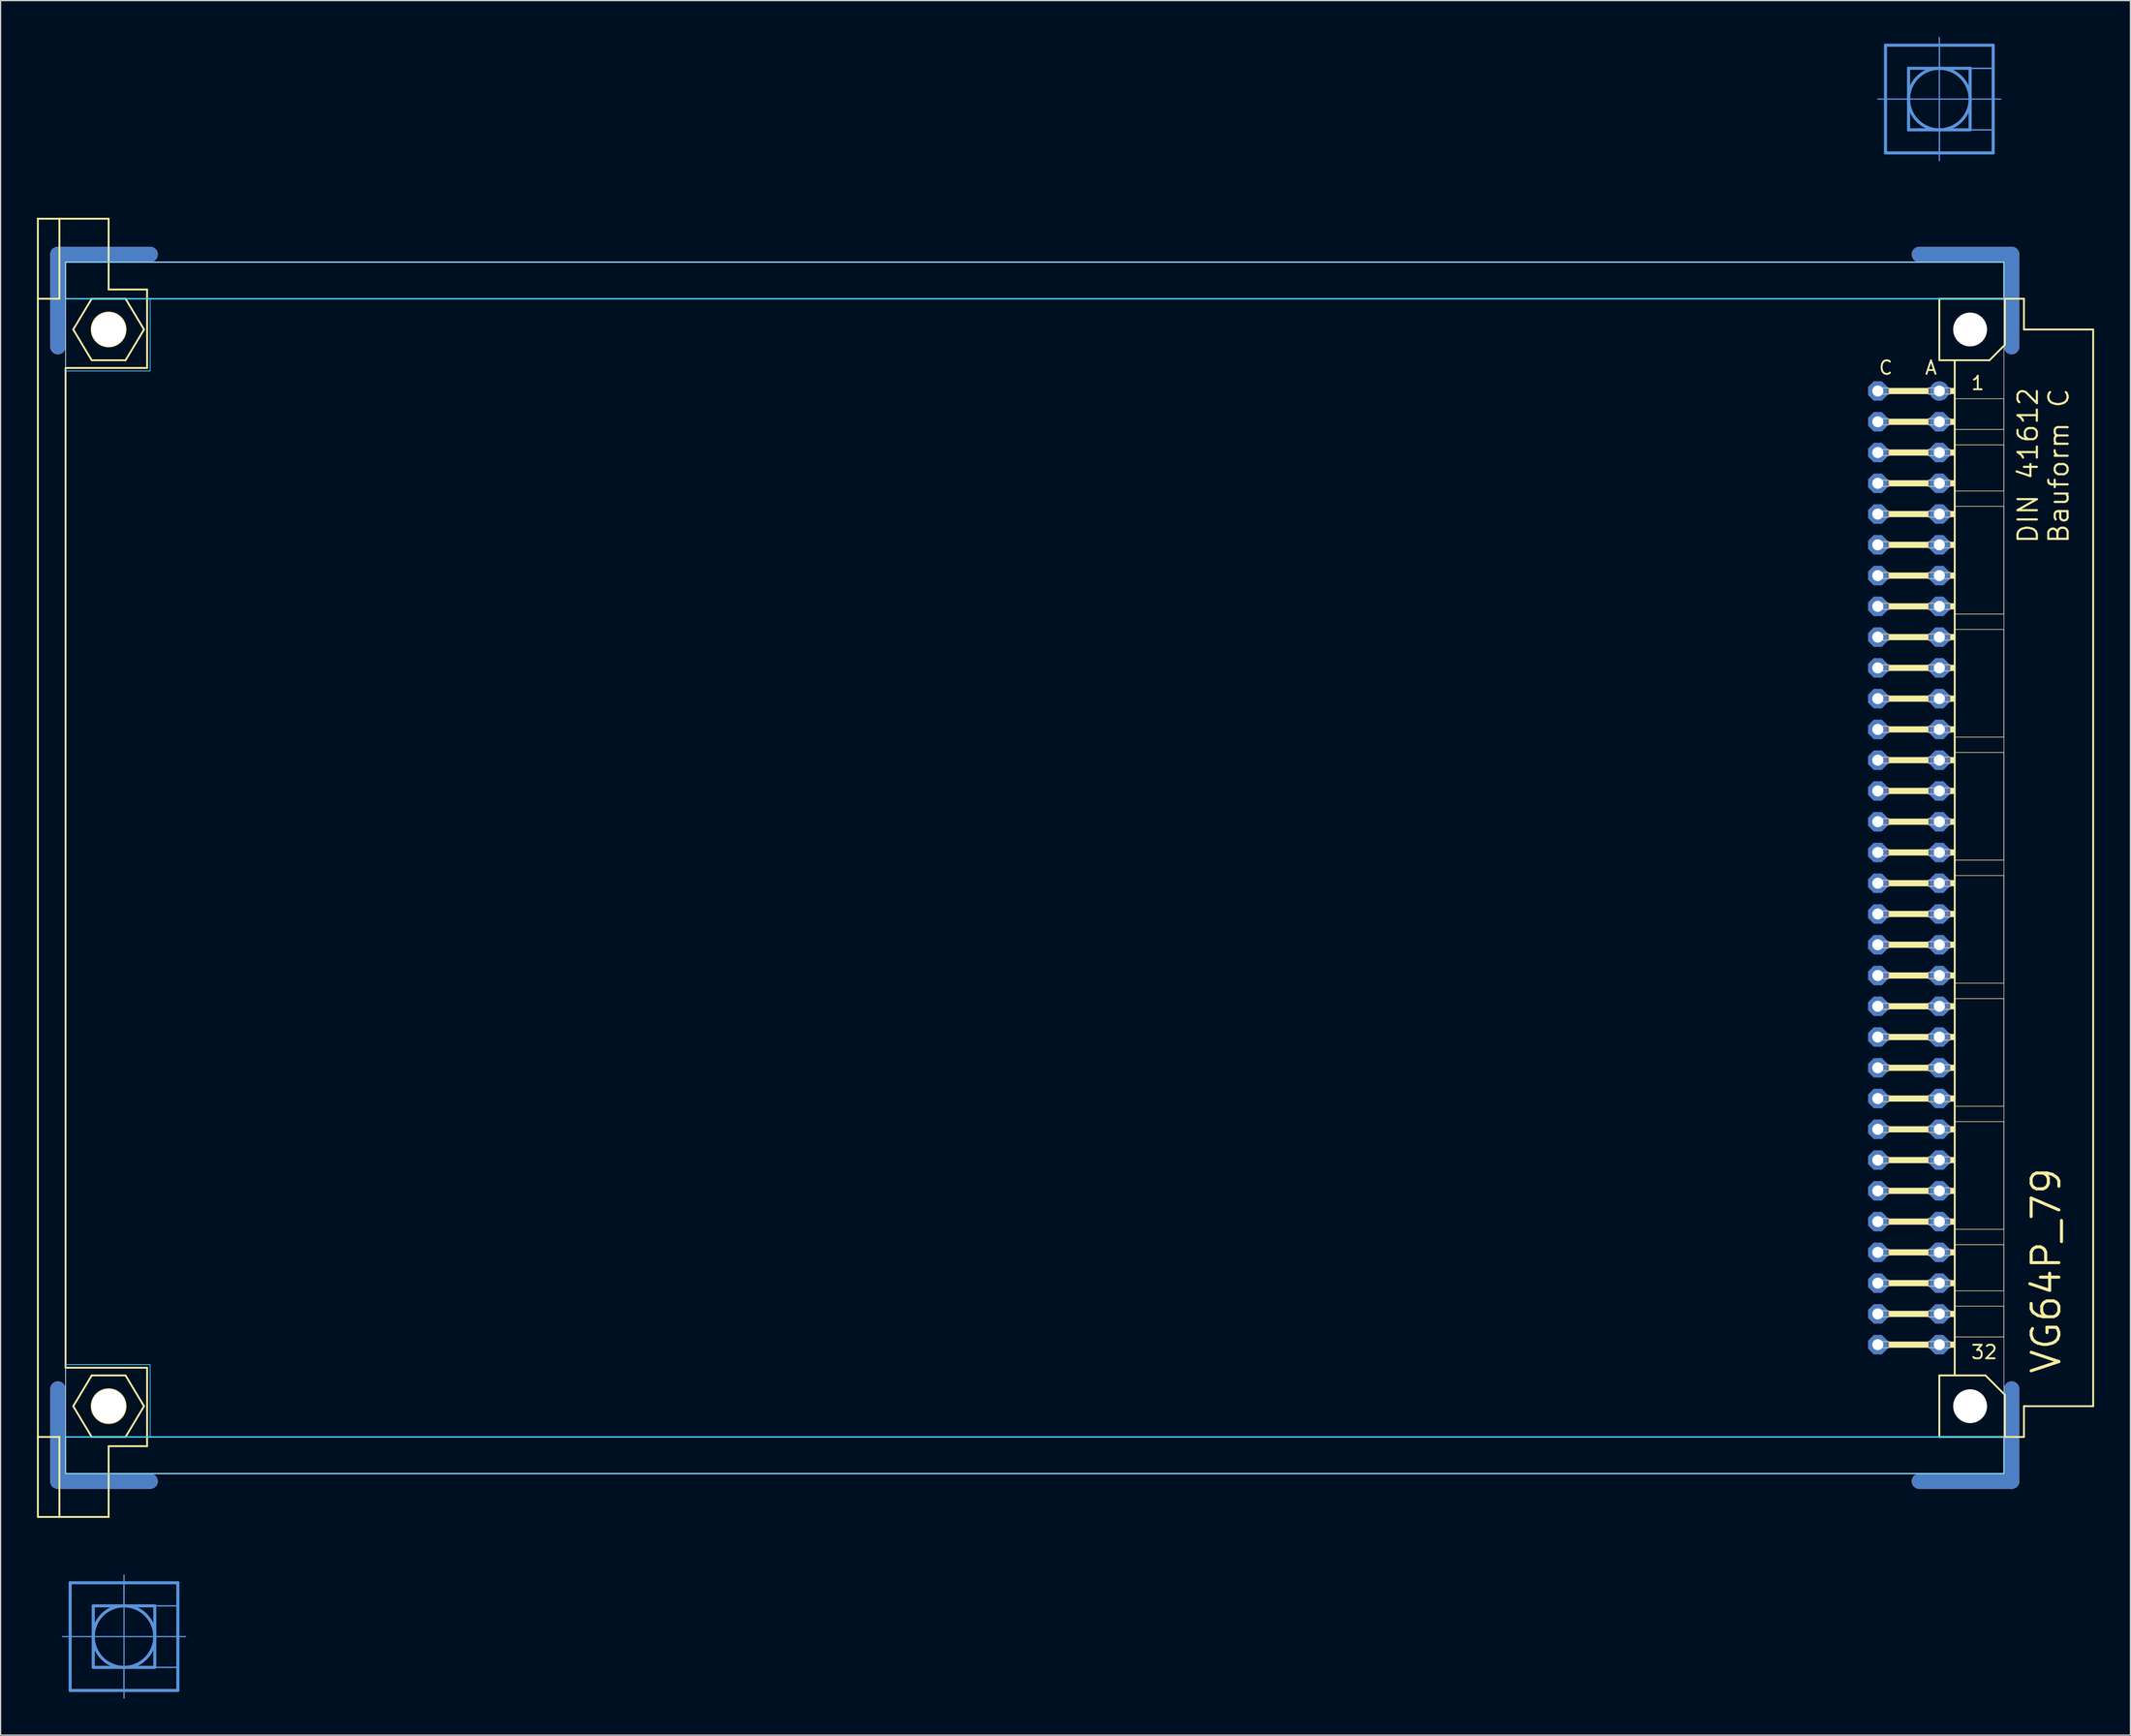
<source format=kicad_pcb>
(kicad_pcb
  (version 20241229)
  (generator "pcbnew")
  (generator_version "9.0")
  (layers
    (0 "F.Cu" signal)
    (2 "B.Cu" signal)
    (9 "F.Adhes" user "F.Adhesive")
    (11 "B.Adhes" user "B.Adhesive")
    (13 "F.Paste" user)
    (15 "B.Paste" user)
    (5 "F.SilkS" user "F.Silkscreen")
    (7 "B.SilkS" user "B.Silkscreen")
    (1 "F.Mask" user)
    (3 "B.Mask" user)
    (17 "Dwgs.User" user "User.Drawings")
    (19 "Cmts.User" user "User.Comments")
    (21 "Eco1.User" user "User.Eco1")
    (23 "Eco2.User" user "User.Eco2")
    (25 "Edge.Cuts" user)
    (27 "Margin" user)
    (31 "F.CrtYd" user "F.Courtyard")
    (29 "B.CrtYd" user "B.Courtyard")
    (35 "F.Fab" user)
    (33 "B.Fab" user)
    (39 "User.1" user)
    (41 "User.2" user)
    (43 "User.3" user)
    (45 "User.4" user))
  (footprint "VG64P_79"
    (layer "F.Cu")
    (at 2.108 68.605)
    (property "Reference" "VG64P_79" (at 165.1 41.91 90) (unlocked yes) (layer "F.SilkS") (effects (font (size 2.286 2.286) (thickness 0.254)) (justify left bottom)))
    (fp_line (start -0.381 -43.028) (end -0.381 -50.648) (stroke (width 1.27) (type solid)) (layer "F.Cu"))
    (fp_line (start -0.381 43.028) (end -0.381 50.648) (stroke (width 1.27) (type solid)) (layer "F.Cu"))
    (fp_line (start 7.239 -50.648) (end -0.381 -50.648) (stroke (width 1.27) (type solid)) (layer "F.Cu"))
    (fp_line (start 7.239 50.648) (end -0.381 50.648) (stroke (width 1.27) (type solid)) (layer "F.Cu"))
    (fp_line (start 153.289 -50.648) (end 160.909 -50.648) (stroke (width 1.27) (type solid)) (layer "F.Cu"))
    (fp_line (start 153.289 50.648) (end 160.909 50.648) (stroke (width 1.27) (type solid)) (layer "F.Cu"))
    (fp_line (start 160.909 -43.028) (end 160.909 -50.648) (stroke (width 1.27) (type solid)) (layer "F.Cu"))
    (fp_line (start 160.909 43.028) (end 160.909 50.648) (stroke (width 1.27) (type solid)) (layer "F.Cu"))
    (fp_line (start 0.254 -42.393) (end 0.254 -50.013) (stroke (width 0.152) (type solid)) (layer "F.Mask"))
    (fp_line (start 0.254 42.393) (end 0.254 50.013) (stroke (width 0.152) (type solid)) (layer "F.Mask"))
    (fp_line (start 7.874 -50.013) (end 0.254 -50.013) (stroke (width 0.152) (type solid)) (layer "F.Mask"))
    (fp_line (start 7.874 50.013) (end 0.254 50.013) (stroke (width 0.152) (type solid)) (layer "F.Mask"))
    (fp_line (start 152.654 -50.013) (end 160.274 -50.013) (stroke (width 0.152) (type solid)) (layer "F.Mask"))
    (fp_line (start 152.654 50.013) (end 160.274 50.013) (stroke (width 0.152) (type solid)) (layer "F.Mask"))
    (fp_line (start 160.274 -42.393) (end 160.274 -50.013) (stroke (width 0.152) (type solid)) (layer "F.Mask"))
    (fp_line (start 160.274 42.393) (end 160.274 50.013) (stroke (width 0.152) (type solid)) (layer "F.Mask"))
    (fp_line (start -0.381 -43.028) (end -0.381 -50.648) (stroke (width 1.27) (type solid)) (layer "B.Cu"))
    (fp_line (start -0.381 43.028) (end -0.381 50.648) (stroke (width 1.27) (type solid)) (layer "B.Cu"))
    (fp_line (start 7.239 -50.648) (end -0.381 -50.648) (stroke (width 1.27) (type solid)) (layer "B.Cu"))
    (fp_line (start 7.239 50.648) (end -0.381 50.648) (stroke (width 1.27) (type solid)) (layer "B.Cu"))
    (fp_line (start 153.289 -50.648) (end 160.909 -50.648) (stroke (width 1.27) (type solid)) (layer "B.Cu"))
    (fp_line (start 153.289 50.648) (end 160.909 50.648) (stroke (width 1.27) (type solid)) (layer "B.Cu"))
    (fp_line (start 160.909 -43.028) (end 160.909 -50.648) (stroke (width 1.27) (type solid)) (layer "B.Cu"))
    (fp_line (start 160.909 43.028) (end 160.909 50.648) (stroke (width 1.27) (type solid)) (layer "B.Cu"))
    (fp_line (start 0.254 -50.013) (end 7.874 -50.013) (stroke (width 0.152) (type solid)) (layer "B.Mask"))
    (fp_line (start 0.254 -42.393) (end 0.254 -50.013) (stroke (width 0.152) (type solid)) (layer "B.Mask"))
    (fp_line (start 0.254 50.013) (end 0.254 42.393) (stroke (width 0.152) (type solid)) (layer "B.Mask"))
    (fp_line (start 7.874 50.013) (end 0.254 50.013) (stroke (width 0.152) (type solid)) (layer "B.Mask"))
    (fp_line (start 152.654 -50.013) (end 160.274 -50.013) (stroke (width 0.152) (type solid)) (layer "B.Mask"))
    (fp_line (start 160.274 -50.013) (end 160.274 -42.393) (stroke (width 0.152) (type solid)) (layer "B.Mask"))
    (fp_line (start 160.274 42.393) (end 160.274 50.013) (stroke (width 0.152) (type solid)) (layer "B.Mask"))
    (fp_line (start 160.274 50.013) (end 152.654 50.013) (stroke (width 0.152) (type solid)) (layer "B.Mask"))
    (fp_line (start -2.032 -53.594) (end -0.254 -53.594) (stroke (width 0.152) (type solid)) (layer "F.SilkS"))
    (fp_line (start -2.032 -46.99) (end -2.032 -53.594) (stroke (width 0.152) (type solid)) (layer "F.SilkS"))
    (fp_line (start -2.032 -46.99) (end -0.254 -46.99) (stroke (width 0.152) (type solid)) (layer "F.SilkS"))
    (fp_line (start -2.032 46.99) (end -2.032 -46.99) (stroke (width 0.152) (type solid)) (layer "F.SilkS"))
    (fp_line (start -2.032 46.99) (end -0.254 46.99) (stroke (width 0.152) (type solid)) (layer "F.SilkS"))
    (fp_line (start -2.032 53.594) (end -2.032 46.99) (stroke (width 0.152) (type solid)) (layer "F.SilkS"))
    (fp_line (start -2.032 53.594) (end -0.254 53.594) (stroke (width 0.152) (type solid)) (layer "F.SilkS"))
    (fp_line (start -0.254 -53.594) (end -0.254 -46.99) (stroke (width 0.152) (type solid)) (layer "F.SilkS"))
    (fp_line (start -0.254 -53.594) (end 3.81 -53.594) (stroke (width 0.152) (type solid)) (layer "F.SilkS"))
    (fp_line (start -0.254 53.594) (end -0.254 46.99) (stroke (width 0.152) (type solid)) (layer "F.SilkS"))
    (fp_line (start -0.254 53.594) (end 3.81 53.594) (stroke (width 0.152) (type solid)) (layer "F.SilkS"))
    (fp_line (start 0.254 -41.275) (end 0.254 41.275) (stroke (width 0.152) (type solid)) (layer "F.SilkS"))
    (fp_line (start 0.254 -41.275) (end 6.985 -41.275) (stroke (width 0.152) (type solid)) (layer "F.SilkS"))
    (fp_line (start 0.254 41.275) (end 6.985 41.275) (stroke (width 0.152) (type solid)) (layer "F.SilkS"))
    (fp_line (start 0.889 -44.45) (end 2.413 -46.99) (stroke (width 0.152) (type solid)) (layer "F.SilkS"))
    (fp_line (start 0.889 44.45) (end 2.413 46.99) (stroke (width 0.152) (type solid)) (layer "F.SilkS"))
    (fp_line (start 2.413 -46.99) (end 5.207 -46.99) (stroke (width 0.152) (type solid)) (layer "F.SilkS"))
    (fp_line (start 2.413 -41.91) (end 0.889 -44.45) (stroke (width 0.152) (type solid)) (layer "F.SilkS"))
    (fp_line (start 2.413 41.91) (end 0.889 44.45) (stroke (width 0.152) (type solid)) (layer "F.SilkS"))
    (fp_line (start 2.413 46.99) (end 5.207 46.99) (stroke (width 0.152) (type solid)) (layer "F.SilkS"))
    (fp_line (start 3.81 -53.594) (end 3.81 -47.752) (stroke (width 0.152) (type solid)) (layer "F.SilkS"))
    (fp_line (start 3.81 -47.752) (end 6.985 -47.752) (stroke (width 0.152) (type solid)) (layer "F.SilkS"))
    (fp_line (start 3.81 47.752) (end 6.985 47.752) (stroke (width 0.152) (type solid)) (layer "F.SilkS"))
    (fp_line (start 3.81 53.594) (end 3.81 47.752) (stroke (width 0.152) (type solid)) (layer "F.SilkS"))
    (fp_line (start 5.207 -46.99) (end 6.731 -44.45) (stroke (width 0.152) (type solid)) (layer "F.SilkS"))
    (fp_line (start 5.207 -41.91) (end 2.413 -41.91) (stroke (width 0.152) (type solid)) (layer "F.SilkS"))
    (fp_line (start 5.207 41.91) (end 2.413 41.91) (stroke (width 0.152) (type solid)) (layer "F.SilkS"))
    (fp_line (start 5.207 46.99) (end 6.731 44.45) (stroke (width 0.152) (type solid)) (layer "F.SilkS"))
    (fp_line (start 6.731 -44.45) (end 5.207 -41.91) (stroke (width 0.152) (type solid)) (layer "F.SilkS"))
    (fp_line (start 6.731 44.45) (end 5.207 41.91) (stroke (width 0.152) (type solid)) (layer "F.SilkS"))
    (fp_line (start 6.985 -47.752) (end 6.985 -41.275) (stroke (width 0.152) (type solid)) (layer "F.SilkS"))
    (fp_line (start 6.985 47.752) (end 6.985 41.275) (stroke (width 0.152) (type solid)) (layer "F.SilkS"))
    (fp_line (start 154.94 -46.99) (end 154.94 -41.91) (stroke (width 0.152) (type solid)) (layer "F.SilkS"))
    (fp_line (start 154.94 -41.91) (end 156.21 -41.91) (stroke (width 0.152) (type solid)) (layer "F.SilkS"))
    (fp_line (start 154.94 41.91) (end 154.94 46.99) (stroke (width 0.152) (type solid)) (layer "F.SilkS"))
    (fp_line (start 154.94 41.91) (end 156.21 41.91) (stroke (width 0.152) (type solid)) (layer "F.SilkS"))
    (fp_line (start 154.94 46.99) (end 160.35 46.99) (stroke (width 0.152) (type solid)) (layer "F.SilkS"))
    (fp_line (start 156.21 -41.91) (end 156.21 -38.735) (stroke (width 0.152) (type solid)) (layer "F.SilkS"))
    (fp_line (start 156.21 -41.91) (end 159.08 -41.91) (stroke (width 0.152) (type solid)) (layer "F.SilkS"))
    (fp_line (start 156.21 -38.735) (end 156.21 -36.195) (stroke (width 0.152) (type solid)) (layer "F.SilkS"))
    (fp_line (start 156.21 -36.195) (end 156.21 -34.925) (stroke (width 0.152) (type solid)) (layer "F.SilkS"))
    (fp_line (start 156.21 -34.925) (end 156.21 -31.115) (stroke (width 0.152) (type solid)) (layer "F.SilkS"))
    (fp_line (start 156.21 -31.115) (end 156.21 -29.845) (stroke (width 0.152) (type solid)) (layer "F.SilkS"))
    (fp_line (start 156.21 -29.845) (end 156.21 -20.955) (stroke (width 0.152) (type solid)) (layer "F.SilkS"))
    (fp_line (start 156.21 -20.955) (end 156.21 -19.685) (stroke (width 0.152) (type solid)) (layer "F.SilkS"))
    (fp_line (start 156.21 -19.685) (end 156.21 -10.795) (stroke (width 0.152) (type solid)) (layer "F.SilkS"))
    (fp_line (start 156.21 -10.795) (end 156.21 -9.525) (stroke (width 0.152) (type solid)) (layer "F.SilkS"))
    (fp_line (start 156.21 -9.525) (end 156.21 -0.635) (stroke (width 0.152) (type solid)) (layer "F.SilkS"))
    (fp_line (start 156.21 -0.635) (end 156.21 0.635) (stroke (width 0.152) (type solid)) (layer "F.SilkS"))
    (fp_line (start 156.21 0.635) (end 156.21 9.525) (stroke (width 0.152) (type solid)) (layer "F.SilkS"))
    (fp_line (start 156.21 9.525) (end 156.21 10.795) (stroke (width 0.152) (type solid)) (layer "F.SilkS"))
    (fp_line (start 156.21 10.795) (end 156.21 19.685) (stroke (width 0.152) (type solid)) (layer "F.SilkS"))
    (fp_line (start 156.21 19.685) (end 156.21 20.955) (stroke (width 0.152) (type solid)) (layer "F.SilkS"))
    (fp_line (start 156.21 20.955) (end 156.21 29.845) (stroke (width 0.152) (type solid)) (layer "F.SilkS"))
    (fp_line (start 156.21 29.845) (end 156.21 31.115) (stroke (width 0.152) (type solid)) (layer "F.SilkS"))
    (fp_line (start 156.21 31.115) (end 156.21 34.925) (stroke (width 0.152) (type solid)) (layer "F.SilkS"))
    (fp_line (start 156.21 34.925) (end 156.21 36.195) (stroke (width 0.152) (type solid)) (layer "F.SilkS"))
    (fp_line (start 156.21 36.195) (end 156.21 38.735) (stroke (width 0.152) (type solid)) (layer "F.SilkS"))
    (fp_line (start 156.21 38.735) (end 156.21 41.91) (stroke (width 0.152) (type solid)) (layer "F.SilkS"))
    (fp_line (start 156.21 41.91) (end 158.75 41.91) (stroke (width 0.152) (type solid)) (layer "F.SilkS"))
    (fp_line (start 159.08 -41.91) (end 160.35 -43.18) (stroke (width 0.152) (type solid)) (layer "F.SilkS"))
    (fp_line (start 160.274 -38.735) (end 156.21 -38.735) (stroke (width 0.051) (type solid)) (layer "F.SilkS"))
    (fp_line (start 160.274 -38.735) (end 160.274 -36.195) (stroke (width 0.051) (type solid)) (layer "F.SilkS"))
    (fp_line (start 160.274 -36.195) (end 156.21 -36.195) (stroke (width 0.051) (type solid)) (layer "F.SilkS"))
    (fp_line (start 160.274 -34.925) (end 156.21 -34.925) (stroke (width 0.051) (type solid)) (layer "F.SilkS"))
    (fp_line (start 160.274 -34.925) (end 160.274 -31.115) (stroke (width 0.051) (type solid)) (layer "F.SilkS"))
    (fp_line (start 160.274 -31.115) (end 156.21 -31.115) (stroke (width 0.051) (type solid)) (layer "F.SilkS"))
    (fp_line (start 160.274 -29.845) (end 156.21 -29.845) (stroke (width 0.051) (type solid)) (layer "F.SilkS"))
    (fp_line (start 160.274 -29.845) (end 160.274 -20.955) (stroke (width 0.051) (type solid)) (layer "F.SilkS"))
    (fp_line (start 160.274 -20.955) (end 156.21 -20.955) (stroke (width 0.051) (type solid)) (layer "F.SilkS"))
    (fp_line (start 160.274 -19.685) (end 156.21 -19.685) (stroke (width 0.051) (type solid)) (layer "F.SilkS"))
    (fp_line (start 160.274 -19.685) (end 160.274 -10.795) (stroke (width 0.051) (type solid)) (layer "F.SilkS"))
    (fp_line (start 160.274 -10.795) (end 156.21 -10.795) (stroke (width 0.051) (type solid)) (layer "F.SilkS"))
    (fp_line (start 160.274 -9.525) (end 156.21 -9.525) (stroke (width 0.051) (type solid)) (layer "F.SilkS"))
    (fp_line (start 160.274 -9.525) (end 160.274 -0.635) (stroke (width 0.051) (type solid)) (layer "F.SilkS"))
    (fp_line (start 160.274 -0.635) (end 156.21 -0.635) (stroke (width 0.051) (type solid)) (layer "F.SilkS"))
    (fp_line (start 160.274 0.635) (end 156.21 0.635) (stroke (width 0.051) (type solid)) (layer "F.SilkS"))
    (fp_line (start 160.274 0.635) (end 160.274 9.525) (stroke (width 0.051) (type solid)) (layer "F.SilkS"))
    (fp_line (start 160.274 9.525) (end 156.21 9.525) (stroke (width 0.051) (type solid)) (layer "F.SilkS"))
    (fp_line (start 160.274 10.795) (end 156.21 10.795) (stroke (width 0.051) (type solid)) (layer "F.SilkS"))
    (fp_line (start 160.274 10.795) (end 160.274 19.685) (stroke (width 0.051) (type solid)) (layer "F.SilkS"))
    (fp_line (start 160.274 19.685) (end 156.21 19.685) (stroke (width 0.051) (type solid)) (layer "F.SilkS"))
    (fp_line (start 160.274 20.955) (end 156.21 20.955) (stroke (width 0.051) (type solid)) (layer "F.SilkS"))
    (fp_line (start 160.274 20.955) (end 160.274 29.845) (stroke (width 0.051) (type solid)) (layer "F.SilkS"))
    (fp_line (start 160.274 29.845) (end 156.21 29.845) (stroke (width 0.051) (type solid)) (layer "F.SilkS"))
    (fp_line (start 160.274 31.115) (end 156.21 31.115) (stroke (width 0.051) (type solid)) (layer "F.SilkS"))
    (fp_line (start 160.274 31.115) (end 160.274 34.925) (stroke (width 0.051) (type solid)) (layer "F.SilkS"))
    (fp_line (start 160.274 34.925) (end 156.21 34.925) (stroke (width 0.051) (type solid)) (layer "F.SilkS"))
    (fp_line (start 160.274 36.195) (end 156.21 36.195) (stroke (width 0.051) (type solid)) (layer "F.SilkS"))
    (fp_line (start 160.274 36.195) (end 160.274 38.735) (stroke (width 0.051) (type solid)) (layer "F.SilkS"))
    (fp_line (start 160.274 38.735) (end 156.21 38.735) (stroke (width 0.051) (type solid)) (layer "F.SilkS"))
    (fp_line (start 160.35 -46.99) (end 154.94 -46.99) (stroke (width 0.152) (type solid)) (layer "F.SilkS"))
    (fp_line (start 160.35 -43.18) (end 160.35 -46.99) (stroke (width 0.152) (type solid)) (layer "F.SilkS"))
    (fp_line (start 160.35 43.51) (end 158.75 41.91) (stroke (width 0.152) (type solid)) (layer "F.SilkS"))
    (fp_line (start 160.35 43.51) (end 160.35 46.99) (stroke (width 0.152) (type solid)) (layer "F.SilkS"))
    (fp_line (start 160.35 46.99) (end 161.925 46.99) (stroke (width 0.152) (type solid)) (layer "F.SilkS"))
    (fp_line (start 161.925 -46.99) (end 160.35 -46.99) (stroke (width 0.152) (type solid)) (layer "F.SilkS"))
    (fp_line (start 161.925 -44.45) (end 161.925 -46.99) (stroke (width 0.152) (type solid)) (layer "F.SilkS"))
    (fp_line (start 161.925 44.45) (end 167.64 44.45) (stroke (width 0.152) (type solid)) (layer "F.SilkS"))
    (fp_line (start 161.925 46.99) (end 161.925 44.45) (stroke (width 0.152) (type solid)) (layer "F.SilkS"))
    (fp_line (start 167.64 -44.45) (end 161.925 -44.45) (stroke (width 0.152) (type solid)) (layer "F.SilkS"))
    (fp_line (start 167.64 44.45) (end 167.64 -44.45) (stroke (width 0.152) (type solid)) (layer "F.SilkS"))
    (fp_circle (center 3.81 -44.45) (end 5.207 -44.45) (stroke (width 0.152) (type solid)) (fill no) (layer "F.SilkS"))
    (fp_circle (center 3.81 44.45) (end 5.207 44.45) (stroke (width 0.152) (type solid)) (fill no) (layer "F.SilkS"))
    (fp_circle (center 157.48 -44.45) (end 158.75 -44.45) (stroke (width 0.152) (type solid)) (fill no) (layer "F.SilkS"))
    (fp_circle (center 157.48 44.45) (end 158.75 44.45) (stroke (width 0.152) (type solid)) (fill no) (layer "F.SilkS"))
    (fp_poly (pts (xy 150.749 -39.116) (xy 154.051 -39.116) (xy 154.051 -39.624) (xy 150.749 -39.624)) (stroke (width 0) (type default)) (fill yes) (layer "F.SilkS"))
    (fp_poly (pts (xy 150.749 -36.576) (xy 154.051 -36.576) (xy 154.051 -37.084) (xy 150.749 -37.084)) (stroke (width 0) (type default)) (fill yes) (layer "F.SilkS"))
    (fp_poly (pts (xy 150.749 -34.036) (xy 154.051 -34.036) (xy 154.051 -34.544) (xy 150.749 -34.544)) (stroke (width 0) (type default)) (fill yes) (layer "F.SilkS"))
    (fp_poly (pts (xy 150.749 -31.496) (xy 154.051 -31.496) (xy 154.051 -32.004) (xy 150.749 -32.004)) (stroke (width 0) (type default)) (fill yes) (layer "F.SilkS"))
    (fp_poly (pts (xy 150.749 -28.956) (xy 154.051 -28.956) (xy 154.051 -29.464) (xy 150.749 -29.464)) (stroke (width 0) (type default)) (fill yes) (layer "F.SilkS"))
    (fp_poly (pts (xy 150.749 -26.416) (xy 154.051 -26.416) (xy 154.051 -26.924) (xy 150.749 -26.924)) (stroke (width 0) (type default)) (fill yes) (layer "F.SilkS"))
    (fp_poly (pts (xy 150.749 -23.876) (xy 154.051 -23.876) (xy 154.051 -24.384) (xy 150.749 -24.384)) (stroke (width 0) (type default)) (fill yes) (layer "F.SilkS"))
    (fp_poly (pts (xy 150.749 -21.336) (xy 154.051 -21.336) (xy 154.051 -21.844) (xy 150.749 -21.844)) (stroke (width 0) (type default)) (fill yes) (layer "F.SilkS"))
    (fp_poly (pts (xy 150.749 -18.796) (xy 154.051 -18.796) (xy 154.051 -19.304) (xy 150.749 -19.304)) (stroke (width 0) (type default)) (fill yes) (layer "F.SilkS"))
    (fp_poly (pts (xy 150.749 -16.256) (xy 154.051 -16.256) (xy 154.051 -16.764) (xy 150.749 -16.764)) (stroke (width 0) (type default)) (fill yes) (layer "F.SilkS"))
    (fp_poly (pts (xy 150.749 -13.716) (xy 154.051 -13.716) (xy 154.051 -14.224) (xy 150.749 -14.224)) (stroke (width 0) (type default)) (fill yes) (layer "F.SilkS"))
    (fp_poly (pts (xy 150.749 -11.176) (xy 154.051 -11.176) (xy 154.051 -11.684) (xy 150.749 -11.684)) (stroke (width 0) (type default)) (fill yes) (layer "F.SilkS"))
    (fp_poly (pts (xy 150.749 -8.636) (xy 154.051 -8.636) (xy 154.051 -9.144) (xy 150.749 -9.144)) (stroke (width 0) (type default)) (fill yes) (layer "F.SilkS"))
    (fp_poly (pts (xy 150.749 -6.096) (xy 154.051 -6.096) (xy 154.051 -6.604) (xy 150.749 -6.604)) (stroke (width 0) (type default)) (fill yes) (layer "F.SilkS"))
    (fp_poly (pts (xy 150.749 -3.556) (xy 154.051 -3.556) (xy 154.051 -4.064) (xy 150.749 -4.064)) (stroke (width 0) (type default)) (fill yes) (layer "F.SilkS"))
    (fp_poly (pts (xy 150.749 -1.016) (xy 154.051 -1.016) (xy 154.051 -1.524) (xy 150.749 -1.524)) (stroke (width 0) (type default)) (fill yes) (layer "F.SilkS"))
    (fp_poly (pts (xy 150.749 1.524) (xy 154.051 1.524) (xy 154.051 1.016) (xy 150.749 1.016)) (stroke (width 0) (type default)) (fill yes) (layer "F.SilkS"))
    (fp_poly (pts (xy 150.749 4.064) (xy 154.051 4.064) (xy 154.051 3.556) (xy 150.749 3.556)) (stroke (width 0) (type default)) (fill yes) (layer "F.SilkS"))
    (fp_poly (pts (xy 150.749 6.604) (xy 154.051 6.604) (xy 154.051 6.096) (xy 150.749 6.096)) (stroke (width 0) (type default)) (fill yes) (layer "F.SilkS"))
    (fp_poly (pts (xy 150.749 9.144) (xy 154.051 9.144) (xy 154.051 8.636) (xy 150.749 8.636)) (stroke (width 0) (type default)) (fill yes) (layer "F.SilkS"))
    (fp_poly (pts (xy 150.749 11.684) (xy 154.051 11.684) (xy 154.051 11.176) (xy 150.749 11.176)) (stroke (width 0) (type default)) (fill yes) (layer "F.SilkS"))
    (fp_poly (pts (xy 150.749 14.224) (xy 154.051 14.224) (xy 154.051 13.716) (xy 150.749 13.716)) (stroke (width 0) (type default)) (fill yes) (layer "F.SilkS"))
    (fp_poly (pts (xy 150.749 16.764) (xy 154.051 16.764) (xy 154.051 16.256) (xy 150.749 16.256)) (stroke (width 0) (type default)) (fill yes) (layer "F.SilkS"))
    (fp_poly (pts (xy 150.749 19.304) (xy 154.051 19.304) (xy 154.051 18.796) (xy 150.749 18.796)) (stroke (width 0) (type default)) (fill yes) (layer "F.SilkS"))
    (fp_poly (pts (xy 150.749 21.844) (xy 154.051 21.844) (xy 154.051 21.336) (xy 150.749 21.336)) (stroke (width 0) (type default)) (fill yes) (layer "F.SilkS"))
    (fp_poly (pts (xy 150.749 24.384) (xy 154.051 24.384) (xy 154.051 23.876) (xy 150.749 23.876)) (stroke (width 0) (type default)) (fill yes) (layer "F.SilkS"))
    (fp_poly (pts (xy 150.749 26.924) (xy 154.051 26.924) (xy 154.051 26.416) (xy 150.749 26.416)) (stroke (width 0) (type default)) (fill yes) (layer "F.SilkS"))
    (fp_poly (pts (xy 150.749 29.464) (xy 154.051 29.464) (xy 154.051 28.956) (xy 150.749 28.956)) (stroke (width 0) (type default)) (fill yes) (layer "F.SilkS"))
    (fp_poly (pts (xy 150.749 32.004) (xy 154.051 32.004) (xy 154.051 31.496) (xy 150.749 31.496)) (stroke (width 0) (type default)) (fill yes) (layer "F.SilkS"))
    (fp_poly (pts (xy 150.749 34.544) (xy 154.051 34.544) (xy 154.051 34.036) (xy 150.749 34.036)) (stroke (width 0) (type default)) (fill yes) (layer "F.SilkS"))
    (fp_poly (pts (xy 150.749 37.084) (xy 154.051 37.084) (xy 154.051 36.576) (xy 150.749 36.576)) (stroke (width 0) (type default)) (fill yes) (layer "F.SilkS"))
    (fp_poly (pts (xy 150.749 39.624) (xy 154.051 39.624) (xy 154.051 39.116) (xy 150.749 39.116)) (stroke (width 0) (type default)) (fill yes) (layer "F.SilkS"))
    (fp_poly (pts (xy 155.829 -39.116) (xy 156.21 -39.116) (xy 156.21 -39.624) (xy 155.829 -39.624)) (stroke (width 0) (type default)) (fill yes) (layer "F.SilkS"))
    (fp_poly (pts (xy 155.829 -36.576) (xy 156.21 -36.576) (xy 156.21 -37.084) (xy 155.829 -37.084)) (stroke (width 0) (type default)) (fill yes) (layer "F.SilkS"))
    (fp_poly (pts (xy 155.829 -34.036) (xy 156.21 -34.036) (xy 156.21 -34.544) (xy 155.829 -34.544)) (stroke (width 0) (type default)) (fill yes) (layer "F.SilkS"))
    (fp_poly (pts (xy 155.829 -31.496) (xy 156.21 -31.496) (xy 156.21 -32.004) (xy 155.829 -32.004)) (stroke (width 0) (type default)) (fill yes) (layer "F.SilkS"))
    (fp_poly (pts (xy 155.829 -28.956) (xy 156.21 -28.956) (xy 156.21 -29.464) (xy 155.829 -29.464)) (stroke (width 0) (type default)) (fill yes) (layer "F.SilkS"))
    (fp_poly (pts (xy 155.829 -26.416) (xy 156.21 -26.416) (xy 156.21 -26.924) (xy 155.829 -26.924)) (stroke (width 0) (type default)) (fill yes) (layer "F.SilkS"))
    (fp_poly (pts (xy 155.829 -23.876) (xy 156.21 -23.876) (xy 156.21 -24.384) (xy 155.829 -24.384)) (stroke (width 0) (type default)) (fill yes) (layer "F.SilkS"))
    (fp_poly (pts (xy 155.829 -21.336) (xy 156.21 -21.336) (xy 156.21 -21.844) (xy 155.829 -21.844)) (stroke (width 0) (type default)) (fill yes) (layer "F.SilkS"))
    (fp_poly (pts (xy 155.829 -18.796) (xy 156.21 -18.796) (xy 156.21 -19.304) (xy 155.829 -19.304)) (stroke (width 0) (type default)) (fill yes) (layer "F.SilkS"))
    (fp_poly (pts (xy 155.829 -16.256) (xy 156.21 -16.256) (xy 156.21 -16.764) (xy 155.829 -16.764)) (stroke (width 0) (type default)) (fill yes) (layer "F.SilkS"))
    (fp_poly (pts (xy 155.829 -13.716) (xy 156.21 -13.716) (xy 156.21 -14.224) (xy 155.829 -14.224)) (stroke (width 0) (type default)) (fill yes) (layer "F.SilkS"))
    (fp_poly (pts (xy 155.829 -11.176) (xy 156.21 -11.176) (xy 156.21 -11.684) (xy 155.829 -11.684)) (stroke (width 0) (type default)) (fill yes) (layer "F.SilkS"))
    (fp_poly (pts (xy 155.829 -8.636) (xy 156.21 -8.636) (xy 156.21 -9.144) (xy 155.829 -9.144)) (stroke (width 0) (type default)) (fill yes) (layer "F.SilkS"))
    (fp_poly (pts (xy 155.829 -6.096) (xy 156.21 -6.096) (xy 156.21 -6.604) (xy 155.829 -6.604)) (stroke (width 0) (type default)) (fill yes) (layer "F.SilkS"))
    (fp_poly (pts (xy 155.829 -3.556) (xy 156.21 -3.556) (xy 156.21 -4.064) (xy 155.829 -4.064)) (stroke (width 0) (type default)) (fill yes) (layer "F.SilkS"))
    (fp_poly (pts (xy 155.829 -1.016) (xy 156.21 -1.016) (xy 156.21 -1.524) (xy 155.829 -1.524)) (stroke (width 0) (type default)) (fill yes) (layer "F.SilkS"))
    (fp_poly (pts (xy 155.829 1.524) (xy 156.21 1.524) (xy 156.21 1.016) (xy 155.829 1.016)) (stroke (width 0) (type default)) (fill yes) (layer "F.SilkS"))
    (fp_poly (pts (xy 155.829 4.064) (xy 156.21 4.064) (xy 156.21 3.556) (xy 155.829 3.556)) (stroke (width 0) (type default)) (fill yes) (layer "F.SilkS"))
    (fp_poly (pts (xy 155.829 6.604) (xy 156.21 6.604) (xy 156.21 6.096) (xy 155.829 6.096)) (stroke (width 0) (type default)) (fill yes) (layer "F.SilkS"))
    (fp_poly (pts (xy 155.829 9.144) (xy 156.21 9.144) (xy 156.21 8.636) (xy 155.829 8.636)) (stroke (width 0) (type default)) (fill yes) (layer "F.SilkS"))
    (fp_poly (pts (xy 155.829 11.684) (xy 156.21 11.684) (xy 156.21 11.176) (xy 155.829 11.176)) (stroke (width 0) (type default)) (fill yes) (layer "F.SilkS"))
    (fp_poly (pts (xy 155.829 14.224) (xy 156.21 14.224) (xy 156.21 13.716) (xy 155.829 13.716)) (stroke (width 0) (type default)) (fill yes) (layer "F.SilkS"))
    (fp_poly (pts (xy 155.829 16.764) (xy 156.21 16.764) (xy 156.21 16.256) (xy 155.829 16.256)) (stroke (width 0) (type default)) (fill yes) (layer "F.SilkS"))
    (fp_poly (pts (xy 155.829 19.304) (xy 156.21 19.304) (xy 156.21 18.796) (xy 155.829 18.796)) (stroke (width 0) (type default)) (fill yes) (layer "F.SilkS"))
    (fp_poly (pts (xy 155.829 21.844) (xy 156.21 21.844) (xy 156.21 21.336) (xy 155.829 21.336)) (stroke (width 0) (type default)) (fill yes) (layer "F.SilkS"))
    (fp_poly (pts (xy 155.829 24.384) (xy 156.21 24.384) (xy 156.21 23.876) (xy 155.829 23.876)) (stroke (width 0) (type default)) (fill yes) (layer "F.SilkS"))
    (fp_poly (pts (xy 155.829 26.924) (xy 156.21 26.924) (xy 156.21 26.416) (xy 155.829 26.416)) (stroke (width 0) (type default)) (fill yes) (layer "F.SilkS"))
    (fp_poly (pts (xy 155.829 29.464) (xy 156.21 29.464) (xy 156.21 28.956) (xy 155.829 28.956)) (stroke (width 0) (type default)) (fill yes) (layer "F.SilkS"))
    (fp_poly (pts (xy 155.829 32.004) (xy 156.21 32.004) (xy 156.21 31.496) (xy 155.829 31.496)) (stroke (width 0) (type default)) (fill yes) (layer "F.SilkS"))
    (fp_poly (pts (xy 155.829 34.544) (xy 156.21 34.544) (xy 156.21 34.036) (xy 155.829 34.036)) (stroke (width 0) (type default)) (fill yes) (layer "F.SilkS"))
    (fp_poly (pts (xy 155.829 37.084) (xy 156.21 37.084) (xy 156.21 36.576) (xy 155.829 36.576)) (stroke (width 0) (type default)) (fill yes) (layer "F.SilkS"))
    (fp_poly (pts (xy 155.829 39.624) (xy 156.21 39.624) (xy 156.21 39.116) (xy 155.829 39.116)) (stroke (width 0) (type default)) (fill yes) (layer "F.SilkS"))
    (fp_line (start 0 63.475) (end 0.635 63.475) (stroke (width 0.102) (type solid)) (layer "Cmts.User"))
    (fp_line (start 0.635 59.03) (end 9.525 59.03) (stroke (width 0.254) (type solid)) (layer "Cmts.User"))
    (fp_line (start 0.635 63.475) (end 0.635 59.03) (stroke (width 0.254) (type solid)) (layer "Cmts.User"))
    (fp_line (start 0.635 63.475) (end 10.16 63.475) (stroke (width 0.102) (type solid)) (layer "Cmts.User"))
    (fp_line (start 0.635 67.92) (end 0.635 63.475) (stroke (width 0.254) (type solid)) (layer "Cmts.User"))
    (fp_line (start 2.54 60.935) (end 2.54 66.015) (stroke (width 0.254) (type solid)) (layer "Cmts.User"))
    (fp_line (start 2.54 66.015) (end 7.62 66.015) (stroke (width 0.254) (type solid)) (layer "Cmts.User"))
    (fp_line (start 5.08 68.555) (end 5.08 58.395) (stroke (width 0.102) (type solid)) (layer "Cmts.User"))
    (fp_line (start 7.62 60.935) (end 2.54 60.935) (stroke (width 0.254) (type solid)) (layer "Cmts.User"))
    (fp_line (start 7.62 66.015) (end 7.62 60.935) (stroke (width 0.254) (type solid)) (layer "Cmts.User"))
    (fp_line (start 9.525 59.03) (end 9.525 67.92) (stroke (width 0.254) (type solid)) (layer "Cmts.User"))
    (fp_line (start 9.525 67.92) (end 0.635 67.92) (stroke (width 0.254) (type solid)) (layer "Cmts.User"))
    (fp_line (start 149.86 -63.475) (end 150.495 -63.475) (stroke (width 0.102) (type solid)) (layer "Cmts.User"))
    (fp_line (start 150.495 -67.92) (end 159.385 -67.92) (stroke (width 0.254) (type solid)) (layer "Cmts.User"))
    (fp_line (start 150.495 -63.475) (end 150.495 -67.92) (stroke (width 0.254) (type solid)) (layer "Cmts.User"))
    (fp_line (start 150.495 -63.475) (end 160.02 -63.475) (stroke (width 0.102) (type solid)) (layer "Cmts.User"))
    (fp_line (start 150.495 -59.03) (end 150.495 -63.475) (stroke (width 0.254) (type solid)) (layer "Cmts.User"))
    (fp_line (start 152.4 -66.015) (end 152.4 -60.935) (stroke (width 0.254) (type solid)) (layer "Cmts.User"))
    (fp_line (start 152.4 -60.935) (end 157.48 -60.935) (stroke (width 0.254) (type solid)) (layer "Cmts.User"))
    (fp_line (start 154.94 -58.395) (end 154.94 -68.555) (stroke (width 0.102) (type solid)) (layer "Cmts.User"))
    (fp_line (start 157.48 -66.015) (end 152.4 -66.015) (stroke (width 0.254) (type solid)) (layer "Cmts.User"))
    (fp_line (start 157.48 -60.935) (end 157.48 -66.015) (stroke (width 0.254) (type solid)) (layer "Cmts.User"))
    (fp_line (start 159.385 -67.92) (end 159.385 -59.03) (stroke (width 0.254) (type solid)) (layer "Cmts.User"))
    (fp_line (start 159.385 -59.03) (end 150.495 -59.03) (stroke (width 0.254) (type solid)) (layer "Cmts.User"))
    (fp_circle (center 5.08 63.475) (end 7.62 63.475) (stroke (width 0.254) (type solid)) (fill no) (layer "Cmts.User"))
    (fp_circle (center 154.94 -63.475) (end 157.48 -63.475) (stroke (width 0.254) (type solid)) (fill no) (layer "Cmts.User"))
    (fp_poly (pts (xy 5.08 60.935) (xy 9.525 60.935) (xy 9.525 59.03) (xy 5.08 59.03)) (stroke (width 0.1) (type default)) (fill no) (layer "Cmts.User"))
    (fp_poly (pts (xy 5.08 67.92) (xy 9.525 67.92) (xy 9.525 66.015) (xy 5.08 66.015)) (stroke (width 0.1) (type default)) (fill no) (layer "Cmts.User"))
    (fp_poly (pts (xy 7.62 66.015) (xy 9.525 66.015) (xy 9.525 60.935) (xy 7.62 60.935)) (stroke (width 0.1) (type default)) (fill no) (layer "Cmts.User"))
    (fp_poly (pts (xy 154.94 -66.015) (xy 159.385 -66.015) (xy 159.385 -67.92) (xy 154.94 -67.92)) (stroke (width 0.1) (type default)) (fill no) (layer "Cmts.User"))
    (fp_poly (pts (xy 154.94 -59.03) (xy 159.385 -59.03) (xy 159.385 -60.935) (xy 154.94 -60.935)) (stroke (width 0.1) (type default)) (fill no) (layer "Cmts.User"))
    (fp_poly (pts (xy 157.48 -60.935) (xy 159.385 -60.935) (xy 159.385 -66.015) (xy 157.48 -66.015)) (stroke (width 0.1) (type default)) (fill no) (layer "Cmts.User"))
    (fp_line (start 0.254 -50.013) (end 0.254 50.013) (stroke (width 0.05) (type solid)) (layer "Edge.Cuts"))
    (fp_line (start 0.254 50.013) (end 160.274 50.013) (stroke (width 0.05) (type solid)) (layer "Edge.Cuts"))
    (fp_line (start 160.274 -50.013) (end 0.254 -50.013) (stroke (width 0.05) (type solid)) (layer "Edge.Cuts"))
    (fp_line (start 160.274 50.013) (end 160.274 -50.013) (stroke (width 0.05) (type solid)) (layer "Edge.Cuts"))
    (fp_line (start 0.254 -41.021) (end 0.254 -50.013) (stroke (width 0.051) (type solid)) (layer "B.CrtYd"))
    (fp_line (start 0.254 -41.021) (end 7.239 -41.021) (stroke (width 0.051) (type solid)) (layer "B.CrtYd"))
    (fp_line (start 0.254 41.021) (end 0.254 50.013) (stroke (width 0.051) (type solid)) (layer "B.CrtYd"))
    (fp_line (start 0.254 41.021) (end 7.239 41.021) (stroke (width 0.051) (type solid)) (layer "B.CrtYd"))
    (fp_line (start 7.239 -46.99) (end 7.239 -41.021) (stroke (width 0.051) (type solid)) (layer "B.CrtYd"))
    (fp_line (start 7.239 46.99) (end 7.239 41.021) (stroke (width 0.051) (type solid)) (layer "B.CrtYd"))
    (fp_line (start 160.274 -50.013) (end 160.274 -46.99) (stroke (width 0.051) (type solid)) (layer "B.CrtYd"))
    (fp_line (start 160.274 50.013) (end 160.274 46.99) (stroke (width 0.051) (type solid)) (layer "B.CrtYd"))
    (fp_poly (pts (xy 0.254 -46.99) (xy 160.274 -46.99) (xy 160.274 -50.013) (xy 0.254 -50.013)) (stroke (width 0.1) (type default)) (fill no) (layer "B.CrtYd"))
    (fp_poly (pts (xy 0.254 50.013) (xy 160.274 50.013) (xy 160.274 46.99) (xy 0.254 46.99)) (stroke (width 0.1) (type default)) (fill no) (layer "B.CrtYd"))
    (fp_line (start 0.254 -41.021) (end 0.254 -50.013) (stroke (width 0.051) (type solid)) (layer "F.CrtYd"))
    (fp_line (start 0.254 -41.021) (end 7.239 -41.021) (stroke (width 0.051) (type solid)) (layer "F.CrtYd"))
    (fp_line (start 0.254 41.021) (end 0.254 50.013) (stroke (width 0.051) (type solid)) (layer "F.CrtYd"))
    (fp_line (start 0.254 41.021) (end 7.239 41.021) (stroke (width 0.051) (type solid)) (layer "F.CrtYd"))
    (fp_line (start 7.239 -46.99) (end 7.239 -41.021) (stroke (width 0.051) (type solid)) (layer "F.CrtYd"))
    (fp_line (start 7.239 46.99) (end 7.239 41.021) (stroke (width 0.051) (type solid)) (layer "F.CrtYd"))
    (fp_line (start 160.274 -50.013) (end 160.274 -46.99) (stroke (width 0.051) (type solid)) (layer "F.CrtYd"))
    (fp_line (start 160.274 50.013) (end 160.274 46.99) (stroke (width 0.051) (type solid)) (layer "F.CrtYd"))
    (fp_poly (pts (xy 0.254 -46.99) (xy 160.274 -46.99) (xy 160.274 -50.013) (xy 0.254 -50.013)) (stroke (width 0.1) (type default)) (fill no) (layer "F.CrtYd"))
    (fp_poly (pts (xy 0.254 50.013) (xy 160.274 50.013) (xy 160.274 46.99) (xy 0.254 46.99)) (stroke (width 0.1) (type default)) (fill no) (layer "F.CrtYd"))
    (fp_poly (pts (xy 149.606 -39.116) (xy 150.749 -39.116) (xy 150.749 -39.624) (xy 149.606 -39.624)) (stroke (width 0.1) (type default)) (fill no) (layer "F.Fab"))
    (fp_poly (pts (xy 149.606 -36.576) (xy 150.749 -36.576) (xy 150.749 -37.084) (xy 149.606 -37.084)) (stroke (width 0.1) (type default)) (fill no) (layer "F.Fab"))
    (fp_poly (pts (xy 149.606 -34.036) (xy 150.749 -34.036) (xy 150.749 -34.544) (xy 149.606 -34.544)) (stroke (width 0.1) (type default)) (fill no) (layer "F.Fab"))
    (fp_poly (pts (xy 149.606 -31.496) (xy 150.749 -31.496) (xy 150.749 -32.004) (xy 149.606 -32.004)) (stroke (width 0.1) (type default)) (fill no) (layer "F.Fab"))
    (fp_poly (pts (xy 149.606 -28.956) (xy 150.749 -28.956) (xy 150.749 -29.464) (xy 149.606 -29.464)) (stroke (width 0.1) (type default)) (fill no) (layer "F.Fab"))
    (fp_poly (pts (xy 149.606 -26.416) (xy 150.749 -26.416) (xy 150.749 -26.924) (xy 149.606 -26.924)) (stroke (width 0.1) (type default)) (fill no) (layer "F.Fab"))
    (fp_poly (pts (xy 149.606 -23.876) (xy 150.749 -23.876) (xy 150.749 -24.384) (xy 149.606 -24.384)) (stroke (width 0.1) (type default)) (fill no) (layer "F.Fab"))
    (fp_poly (pts (xy 149.606 -21.336) (xy 150.749 -21.336) (xy 150.749 -21.844) (xy 149.606 -21.844)) (stroke (width 0.1) (type default)) (fill no) (layer "F.Fab"))
    (fp_poly (pts (xy 149.606 -18.796) (xy 150.749 -18.796) (xy 150.749 -19.304) (xy 149.606 -19.304)) (stroke (width 0.1) (type default)) (fill no) (layer "F.Fab"))
    (fp_poly (pts (xy 149.606 -16.256) (xy 150.749 -16.256) (xy 150.749 -16.764) (xy 149.606 -16.764)) (stroke (width 0.1) (type default)) (fill no) (layer "F.Fab"))
    (fp_poly (pts (xy 149.606 -13.716) (xy 150.749 -13.716) (xy 150.749 -14.224) (xy 149.606 -14.224)) (stroke (width 0.1) (type default)) (fill no) (layer "F.Fab"))
    (fp_poly (pts (xy 149.606 -11.176) (xy 150.749 -11.176) (xy 150.749 -11.684) (xy 149.606 -11.684)) (stroke (width 0.1) (type default)) (fill no) (layer "F.Fab"))
    (fp_poly (pts (xy 149.606 -8.636) (xy 150.749 -8.636) (xy 150.749 -9.144) (xy 149.606 -9.144)) (stroke (width 0.1) (type default)) (fill no) (layer "F.Fab"))
    (fp_poly (pts (xy 149.606 -6.096) (xy 150.749 -6.096) (xy 150.749 -6.604) (xy 149.606 -6.604)) (stroke (width 0.1) (type default)) (fill no) (layer "F.Fab"))
    (fp_poly (pts (xy 149.606 -3.556) (xy 150.749 -3.556) (xy 150.749 -4.064) (xy 149.606 -4.064)) (stroke (width 0.1) (type default)) (fill no) (layer "F.Fab"))
    (fp_poly (pts (xy 149.606 -1.016) (xy 150.749 -1.016) (xy 150.749 -1.524) (xy 149.606 -1.524)) (stroke (width 0.1) (type default)) (fill no) (layer "F.Fab"))
    (fp_poly (pts (xy 149.606 1.524) (xy 150.749 1.524) (xy 150.749 1.016) (xy 149.606 1.016)) (stroke (width 0.1) (type default)) (fill no) (layer "F.Fab"))
    (fp_poly (pts (xy 149.606 4.064) (xy 150.749 4.064) (xy 150.749 3.556) (xy 149.606 3.556)) (stroke (width 0.1) (type default)) (fill no) (layer "F.Fab"))
    (fp_poly (pts (xy 149.606 6.604) (xy 150.749 6.604) (xy 150.749 6.096) (xy 149.606 6.096)) (stroke (width 0.1) (type default)) (fill no) (layer "F.Fab"))
    (fp_poly (pts (xy 149.606 9.144) (xy 150.749 9.144) (xy 150.749 8.636) (xy 149.606 8.636)) (stroke (width 0.1) (type default)) (fill no) (layer "F.Fab"))
    (fp_poly (pts (xy 149.606 11.684) (xy 150.749 11.684) (xy 150.749 11.176) (xy 149.606 11.176)) (stroke (width 0.1) (type default)) (fill no) (layer "F.Fab"))
    (fp_poly (pts (xy 149.606 14.224) (xy 150.749 14.224) (xy 150.749 13.716) (xy 149.606 13.716)) (stroke (width 0.1) (type default)) (fill no) (layer "F.Fab"))
    (fp_poly (pts (xy 149.606 16.764) (xy 150.749 16.764) (xy 150.749 16.256) (xy 149.606 16.256)) (stroke (width 0.1) (type default)) (fill no) (layer "F.Fab"))
    (fp_poly (pts (xy 149.606 19.304) (xy 150.749 19.304) (xy 150.749 18.796) (xy 149.606 18.796)) (stroke (width 0.1) (type default)) (fill no) (layer "F.Fab"))
    (fp_poly (pts (xy 149.606 21.844) (xy 150.749 21.844) (xy 150.749 21.336) (xy 149.606 21.336)) (stroke (width 0.1) (type default)) (fill no) (layer "F.Fab"))
    (fp_poly (pts (xy 149.606 24.384) (xy 150.749 24.384) (xy 150.749 23.876) (xy 149.606 23.876)) (stroke (width 0.1) (type default)) (fill no) (layer "F.Fab"))
    (fp_poly (pts (xy 149.606 26.924) (xy 150.749 26.924) (xy 150.749 26.416) (xy 149.606 26.416)) (stroke (width 0.1) (type default)) (fill no) (layer "F.Fab"))
    (fp_poly (pts (xy 149.606 29.464) (xy 150.749 29.464) (xy 150.749 28.956) (xy 149.606 28.956)) (stroke (width 0.1) (type default)) (fill no) (layer "F.Fab"))
    (fp_poly (pts (xy 149.606 32.004) (xy 150.749 32.004) (xy 150.749 31.496) (xy 149.606 31.496)) (stroke (width 0.1) (type default)) (fill no) (layer "F.Fab"))
    (fp_poly (pts (xy 149.606 34.544) (xy 150.749 34.544) (xy 150.749 34.036) (xy 149.606 34.036)) (stroke (width 0.1) (type default)) (fill no) (layer "F.Fab"))
    (fp_poly (pts (xy 149.606 37.084) (xy 150.749 37.084) (xy 150.749 36.576) (xy 149.606 36.576)) (stroke (width 0.1) (type default)) (fill no) (layer "F.Fab"))
    (fp_poly (pts (xy 149.606 39.624) (xy 150.749 39.624) (xy 150.749 39.116) (xy 149.606 39.116)) (stroke (width 0.1) (type default)) (fill no) (layer "F.Fab"))
    (fp_poly (pts (xy 154.051 -39.116) (xy 155.829 -39.116) (xy 155.829 -39.624) (xy 154.051 -39.624)) (stroke (width 0.1) (type default)) (fill no) (layer "F.Fab"))
    (fp_poly (pts (xy 154.051 -36.576) (xy 155.829 -36.576) (xy 155.829 -37.084) (xy 154.051 -37.084)) (stroke (width 0.1) (type default)) (fill no) (layer "F.Fab"))
    (fp_poly (pts (xy 154.051 -34.036) (xy 155.829 -34.036) (xy 155.829 -34.544) (xy 154.051 -34.544)) (stroke (width 0.1) (type default)) (fill no) (layer "F.Fab"))
    (fp_poly (pts (xy 154.051 -31.496) (xy 155.829 -31.496) (xy 155.829 -32.004) (xy 154.051 -32.004)) (stroke (width 0.1) (type default)) (fill no) (layer "F.Fab"))
    (fp_poly (pts (xy 154.051 -28.956) (xy 155.829 -28.956) (xy 155.829 -29.464) (xy 154.051 -29.464)) (stroke (width 0.1) (type default)) (fill no) (layer "F.Fab"))
    (fp_poly (pts (xy 154.051 -26.416) (xy 155.829 -26.416) (xy 155.829 -26.924) (xy 154.051 -26.924)) (stroke (width 0.1) (type default)) (fill no) (layer "F.Fab"))
    (fp_poly (pts (xy 154.051 -23.876) (xy 155.829 -23.876) (xy 155.829 -24.384) (xy 154.051 -24.384)) (stroke (width 0.1) (type default)) (fill no) (layer "F.Fab"))
    (fp_poly (pts (xy 154.051 -21.336) (xy 155.829 -21.336) (xy 155.829 -21.844) (xy 154.051 -21.844)) (stroke (width 0.1) (type default)) (fill no) (layer "F.Fab"))
    (fp_poly (pts (xy 154.051 -18.796) (xy 155.829 -18.796) (xy 155.829 -19.304) (xy 154.051 -19.304)) (stroke (width 0.1) (type default)) (fill no) (layer "F.Fab"))
    (fp_poly (pts (xy 154.051 -16.256) (xy 155.829 -16.256) (xy 155.829 -16.764) (xy 154.051 -16.764)) (stroke (width 0.1) (type default)) (fill no) (layer "F.Fab"))
    (fp_poly (pts (xy 154.051 -13.716) (xy 155.829 -13.716) (xy 155.829 -14.224) (xy 154.051 -14.224)) (stroke (width 0.1) (type default)) (fill no) (layer "F.Fab"))
    (fp_poly (pts (xy 154.051 -11.176) (xy 155.829 -11.176) (xy 155.829 -11.684) (xy 154.051 -11.684)) (stroke (width 0.1) (type default)) (fill no) (layer "F.Fab"))
    (fp_poly (pts (xy 154.051 -8.636) (xy 155.829 -8.636) (xy 155.829 -9.144) (xy 154.051 -9.144)) (stroke (width 0.1) (type default)) (fill no) (layer "F.Fab"))
    (fp_poly (pts (xy 154.051 -6.096) (xy 155.829 -6.096) (xy 155.829 -6.604) (xy 154.051 -6.604)) (stroke (width 0.1) (type default)) (fill no) (layer "F.Fab"))
    (fp_poly (pts (xy 154.051 -3.556) (xy 155.829 -3.556) (xy 155.829 -4.064) (xy 154.051 -4.064)) (stroke (width 0.1) (type default)) (fill no) (layer "F.Fab"))
    (fp_poly (pts (xy 154.051 -1.016) (xy 155.829 -1.016) (xy 155.829 -1.524) (xy 154.051 -1.524)) (stroke (width 0.1) (type default)) (fill no) (layer "F.Fab"))
    (fp_poly (pts (xy 154.051 1.524) (xy 155.829 1.524) (xy 155.829 1.016) (xy 154.051 1.016)) (stroke (width 0.1) (type default)) (fill no) (layer "F.Fab"))
    (fp_poly (pts (xy 154.051 4.064) (xy 155.829 4.064) (xy 155.829 3.556) (xy 154.051 3.556)) (stroke (width 0.1) (type default)) (fill no) (layer "F.Fab"))
    (fp_poly (pts (xy 154.051 6.604) (xy 155.829 6.604) (xy 155.829 6.096) (xy 154.051 6.096)) (stroke (width 0.1) (type default)) (fill no) (layer "F.Fab"))
    (fp_poly (pts (xy 154.051 9.144) (xy 155.829 9.144) (xy 155.829 8.636) (xy 154.051 8.636)) (stroke (width 0.1) (type default)) (fill no) (layer "F.Fab"))
    (fp_poly (pts (xy 154.051 11.684) (xy 155.829 11.684) (xy 155.829 11.176) (xy 154.051 11.176)) (stroke (width 0.1) (type default)) (fill no) (layer "F.Fab"))
    (fp_poly (pts (xy 154.051 14.224) (xy 155.829 14.224) (xy 155.829 13.716) (xy 154.051 13.716)) (stroke (width 0.1) (type default)) (fill no) (layer "F.Fab"))
    (fp_poly (pts (xy 154.051 16.764) (xy 155.829 16.764) (xy 155.829 16.256) (xy 154.051 16.256)) (stroke (width 0.1) (type default)) (fill no) (layer "F.Fab"))
    (fp_poly (pts (xy 154.051 19.304) (xy 155.829 19.304) (xy 155.829 18.796) (xy 154.051 18.796)) (stroke (width 0.1) (type default)) (fill no) (layer "F.Fab"))
    (fp_poly (pts (xy 154.051 21.844) (xy 155.829 21.844) (xy 155.829 21.336) (xy 154.051 21.336)) (stroke (width 0.1) (type default)) (fill no) (layer "F.Fab"))
    (fp_poly (pts (xy 154.051 24.384) (xy 155.829 24.384) (xy 155.829 23.876) (xy 154.051 23.876)) (stroke (width 0.1) (type default)) (fill no) (layer "F.Fab"))
    (fp_poly (pts (xy 154.051 26.924) (xy 155.829 26.924) (xy 155.829 26.416) (xy 154.051 26.416)) (stroke (width 0.1) (type default)) (fill no) (layer "F.Fab"))
    (fp_poly (pts (xy 154.051 29.464) (xy 155.829 29.464) (xy 155.829 28.956) (xy 154.051 28.956)) (stroke (width 0.1) (type default)) (fill no) (layer "F.Fab"))
    (fp_poly (pts (xy 154.051 32.004) (xy 155.829 32.004) (xy 155.829 31.496) (xy 154.051 31.496)) (stroke (width 0.1) (type default)) (fill no) (layer "F.Fab"))
    (fp_poly (pts (xy 154.051 34.544) (xy 155.829 34.544) (xy 155.829 34.036) (xy 154.051 34.036)) (stroke (width 0.1) (type default)) (fill no) (layer "F.Fab"))
    (fp_poly (pts (xy 154.051 37.084) (xy 155.829 37.084) (xy 155.829 36.576) (xy 154.051 36.576)) (stroke (width 0.1) (type default)) (fill no) (layer "F.Fab"))
    (fp_poly (pts (xy 154.051 39.624) (xy 155.829 39.624) (xy 155.829 39.116) (xy 154.051 39.116)) (stroke (width 0.1) (type default)) (fill no) (layer "F.Fab"))
    (fp_text user "Bauform C" (at 165.735 -26.67 90) (unlocked yes) (layer "F.SilkS") (effects (font (size 1.6 1.6) (thickness 0.178)) (justify left bottom)))
    (fp_text user "32" (at 157.48 40.64 0) (unlocked yes) (layer "F.SilkS") (effects (font (size 1.118 1.118) (thickness 0.152)) (justify left bottom)))
    (fp_text user "A" (at 153.67 -40.64 0) (unlocked yes) (layer "F.SilkS") (effects (font (size 1.118 1.118) (thickness 0.152)) (justify left bottom)))
    (fp_text user "C" (at 149.86 -40.64 0) (unlocked yes) (layer "F.SilkS") (effects (font (size 1.118 1.118) (thickness 0.152)) (justify left bottom)))
    (fp_text user "DIN 41612" (at 163.195 -26.67 90) (unlocked yes) (layer "F.SilkS") (effects (font (size 1.6 1.6) (thickness 0.178)) (justify left bottom)))
    (fp_text user "1" (at 157.48 -39.37 0) (unlocked yes) (layer "F.SilkS") (effects (font (size 1.118 1.118) (thickness 0.152)) (justify left bottom)))
    (pad "" np_thru_hole circle (at 3.81 -44.45) (size 2.794 2.794) (drill 2.794) (layers "*.Cu" "*.Mask"))
    (pad "" np_thru_hole circle (at 3.81 44.45) (size 2.794 2.794) (drill 2.794) (layers "*.Cu" "*.Mask"))
    (pad "" np_thru_hole circle (at 157.48 -44.45) (size 2.794 2.794) (drill 2.794) (layers "*.Cu" "*.Mask"))
    (pad "" np_thru_hole circle (at 157.48 44.45) (size 2.794 2.794) (drill 2.794) (layers "*.Cu" "*.Mask"))
    (pad "A1" thru_hole circle (at 154.94 -39.37) (size 1.6 1.6) (drill 0.914) (layers "*.Cu" "*.Mask"))
    (pad "A2" thru_hole roundrect (at 154.94 -36.83) (size 1.6 1.6) (drill 0.914) (layers "*.Cu" "*.Mask") (roundrect_rratio 0.25) (chamfer_ratio 0.293) (chamfer top_left top_right bottom_left bottom_right))
    (pad "A3" thru_hole roundrect (at 154.94 -34.29) (size 1.6 1.6) (drill 0.914) (layers "*.Cu" "*.Mask") (roundrect_rratio 0.25) (chamfer_ratio 0.293) (chamfer top_left top_right bottom_left bottom_right))
    (pad "A4" thru_hole roundrect (at 154.94 -31.75) (size 1.6 1.6) (drill 0.914) (layers "*.Cu" "*.Mask") (roundrect_rratio 0.25) (chamfer_ratio 0.293) (chamfer top_left top_right bottom_left bottom_right))
    (pad "A5" thru_hole roundrect (at 154.94 -29.21) (size 1.6 1.6) (drill 0.914) (layers "*.Cu" "*.Mask") (roundrect_rratio 0.25) (chamfer_ratio 0.293) (chamfer top_left top_right bottom_left bottom_right))
    (pad "A6" thru_hole roundrect (at 154.94 -26.67) (size 1.6 1.6) (drill 0.914) (layers "*.Cu" "*.Mask") (roundrect_rratio 0.25) (chamfer_ratio 0.293) (chamfer top_left top_right bottom_left bottom_right))
    (pad "A7" thru_hole roundrect (at 154.94 -24.13) (size 1.6 1.6) (drill 0.914) (layers "*.Cu" "*.Mask") (roundrect_rratio 0.25) (chamfer_ratio 0.293) (chamfer top_left top_right bottom_left bottom_right))
    (pad "A8" thru_hole roundrect (at 154.94 -21.59) (size 1.6 1.6) (drill 0.914) (layers "*.Cu" "*.Mask") (roundrect_rratio 0.25) (chamfer_ratio 0.293) (chamfer top_left top_right bottom_left bottom_right))
    (pad "A9" thru_hole roundrect (at 154.94 -19.05) (size 1.6 1.6) (drill 0.914) (layers "*.Cu" "*.Mask") (roundrect_rratio 0.25) (chamfer_ratio 0.293) (chamfer top_left top_right bottom_left bottom_right))
    (pad "A10" thru_hole roundrect (at 154.94 -16.51) (size 1.6 1.6) (drill 0.914) (layers "*.Cu" "*.Mask") (roundrect_rratio 0.25) (chamfer_ratio 0.293) (chamfer top_left top_right bottom_left bottom_right))
    (pad "A11" thru_hole roundrect (at 154.94 -13.97) (size 1.6 1.6) (drill 0.914) (layers "*.Cu" "*.Mask") (roundrect_rratio 0.25) (chamfer_ratio 0.293) (chamfer top_left top_right bottom_left bottom_right))
    (pad "A12" thru_hole roundrect (at 154.94 -11.43) (size 1.6 1.6) (drill 0.914) (layers "*.Cu" "*.Mask") (roundrect_rratio 0.25) (chamfer_ratio 0.293) (chamfer top_left top_right bottom_left bottom_right))
    (pad "A13" thru_hole roundrect (at 154.94 -8.89) (size 1.6 1.6) (drill 0.914) (layers "*.Cu" "*.Mask") (roundrect_rratio 0.25) (chamfer_ratio 0.293) (chamfer top_left top_right bottom_left bottom_right))
    (pad "A14" thru_hole roundrect (at 154.94 -6.35) (size 1.6 1.6) (drill 0.914) (layers "*.Cu" "*.Mask") (roundrect_rratio 0.25) (chamfer_ratio 0.293) (chamfer top_left top_right bottom_left bottom_right))
    (pad "A15" thru_hole roundrect (at 154.94 -3.81) (size 1.6 1.6) (drill 0.914) (layers "*.Cu" "*.Mask") (roundrect_rratio 0.25) (chamfer_ratio 0.293) (chamfer top_left top_right bottom_left bottom_right))
    (pad "A16" thru_hole roundrect (at 154.94 -1.27) (size 1.6 1.6) (drill 0.914) (layers "*.Cu" "*.Mask") (roundrect_rratio 0.25) (chamfer_ratio 0.293) (chamfer top_left top_right bottom_left bottom_right))
    (pad "A17" thru_hole roundrect (at 154.94 1.27) (size 1.6 1.6) (drill 0.914) (layers "*.Cu" "*.Mask") (roundrect_rratio 0.25) (chamfer_ratio 0.293) (chamfer top_left top_right bottom_left bottom_right))
    (pad "A18" thru_hole roundrect (at 154.94 3.81) (size 1.6 1.6) (drill 0.914) (layers "*.Cu" "*.Mask") (roundrect_rratio 0.25) (chamfer_ratio 0.293) (chamfer top_left top_right bottom_left bottom_right))
    (pad "A19" thru_hole roundrect (at 154.94 6.35) (size 1.6 1.6) (drill 0.914) (layers "*.Cu" "*.Mask") (roundrect_rratio 0.25) (chamfer_ratio 0.293) (chamfer top_left top_right bottom_left bottom_right))
    (pad "A20" thru_hole roundrect (at 154.94 8.89) (size 1.6 1.6) (drill 0.914) (layers "*.Cu" "*.Mask") (roundrect_rratio 0.25) (chamfer_ratio 0.293) (chamfer top_left top_right bottom_left bottom_right))
    (pad "A21" thru_hole roundrect (at 154.94 11.43) (size 1.6 1.6) (drill 0.914) (layers "*.Cu" "*.Mask") (roundrect_rratio 0.25) (chamfer_ratio 0.293) (chamfer top_left top_right bottom_left bottom_right))
    (pad "A22" thru_hole roundrect (at 154.94 13.97) (size 1.6 1.6) (drill 0.914) (layers "*.Cu" "*.Mask") (roundrect_rratio 0.25) (chamfer_ratio 0.293) (chamfer top_left top_right bottom_left bottom_right))
    (pad "A23" thru_hole roundrect (at 154.94 16.51) (size 1.6 1.6) (drill 0.914) (layers "*.Cu" "*.Mask") (roundrect_rratio 0.25) (chamfer_ratio 0.293) (chamfer top_left top_right bottom_left bottom_right))
    (pad "A24" thru_hole roundrect (at 154.94 19.05) (size 1.6 1.6) (drill 0.914) (layers "*.Cu" "*.Mask") (roundrect_rratio 0.25) (chamfer_ratio 0.293) (chamfer top_left top_right bottom_left bottom_right))
    (pad "A25" thru_hole roundrect (at 154.94 21.59) (size 1.6 1.6) (drill 0.914) (layers "*.Cu" "*.Mask") (roundrect_rratio 0.25) (chamfer_ratio 0.293) (chamfer top_left top_right bottom_left bottom_right))
    (pad "A26" thru_hole roundrect (at 154.94 24.13) (size 1.6 1.6) (drill 0.914) (layers "*.Cu" "*.Mask") (roundrect_rratio 0.25) (chamfer_ratio 0.293) (chamfer top_left top_right bottom_left bottom_right))
    (pad "A27" thru_hole roundrect (at 154.94 26.67) (size 1.6 1.6) (drill 0.914) (layers "*.Cu" "*.Mask") (roundrect_rratio 0.25) (chamfer_ratio 0.293) (chamfer top_left top_right bottom_left bottom_right))
    (pad "A28" thru_hole roundrect (at 154.94 29.21) (size 1.6 1.6) (drill 0.914) (layers "*.Cu" "*.Mask") (roundrect_rratio 0.25) (chamfer_ratio 0.293) (chamfer top_left top_right bottom_left bottom_right))
    (pad "A29" thru_hole roundrect (at 154.94 31.75) (size 1.6 1.6) (drill 0.914) (layers "*.Cu" "*.Mask") (roundrect_rratio 0.25) (chamfer_ratio 0.293) (chamfer top_left top_right bottom_left bottom_right))
    (pad "A30" thru_hole roundrect (at 154.94 34.29) (size 1.6 1.6) (drill 0.914) (layers "*.Cu" "*.Mask") (roundrect_rratio 0.25) (chamfer_ratio 0.293) (chamfer top_left top_right bottom_left bottom_right))
    (pad "A31" thru_hole roundrect (at 154.94 36.83) (size 1.6 1.6) (drill 0.914) (layers "*.Cu" "*.Mask") (roundrect_rratio 0.25) (chamfer_ratio 0.293) (chamfer top_left top_right bottom_left bottom_right))
    (pad "A32" thru_hole roundrect (at 154.94 39.37) (size 1.6 1.6) (drill 0.914) (layers "*.Cu" "*.Mask") (roundrect_rratio 0.25) (chamfer_ratio 0.293) (chamfer top_left top_right bottom_left bottom_right))
    (pad "C1" thru_hole roundrect (at 149.86 -39.37) (size 1.6 1.6) (drill 0.914) (layers "*.Cu" "*.Mask") (roundrect_rratio 0.25) (chamfer_ratio 0.293) (chamfer top_left top_right bottom_left bottom_right))
    (pad "C2" thru_hole roundrect (at 149.86 -36.83) (size 1.6 1.6) (drill 0.914) (layers "*.Cu" "*.Mask") (roundrect_rratio 0.25) (chamfer_ratio 0.293) (chamfer top_left top_right bottom_left bottom_right))
    (pad "C3" thru_hole roundrect (at 149.86 -34.29) (size 1.6 1.6) (drill 0.914) (layers "*.Cu" "*.Mask") (roundrect_rratio 0.25) (chamfer_ratio 0.293) (chamfer top_left top_right bottom_left bottom_right))
    (pad "C4" thru_hole roundrect (at 149.86 -31.75) (size 1.6 1.6) (drill 0.914) (layers "*.Cu" "*.Mask") (roundrect_rratio 0.25) (chamfer_ratio 0.293) (chamfer top_left top_right bottom_left bottom_right))
    (pad "C5" thru_hole roundrect (at 149.86 -29.21) (size 1.6 1.6) (drill 0.914) (layers "*.Cu" "*.Mask") (roundrect_rratio 0.25) (chamfer_ratio 0.293) (chamfer top_left top_right bottom_left bottom_right))
    (pad "C6" thru_hole roundrect (at 149.86 -26.67) (size 1.6 1.6) (drill 0.914) (layers "*.Cu" "*.Mask") (roundrect_rratio 0.25) (chamfer_ratio 0.293) (chamfer top_left top_right bottom_left bottom_right))
    (pad "C7" thru_hole roundrect (at 149.86 -24.13) (size 1.6 1.6) (drill 0.914) (layers "*.Cu" "*.Mask") (roundrect_rratio 0.25) (chamfer_ratio 0.293) (chamfer top_left top_right bottom_left bottom_right))
    (pad "C8" thru_hole roundrect (at 149.86 -21.59) (size 1.6 1.6) (drill 0.914) (layers "*.Cu" "*.Mask") (roundrect_rratio 0.25) (chamfer_ratio 0.293) (chamfer top_left top_right bottom_left bottom_right))
    (pad "C9" thru_hole roundrect (at 149.86 -19.05) (size 1.6 1.6) (drill 0.914) (layers "*.Cu" "*.Mask") (roundrect_rratio 0.25) (chamfer_ratio 0.293) (chamfer top_left top_right bottom_left bottom_right))
    (pad "C10" thru_hole roundrect (at 149.86 -16.51) (size 1.6 1.6) (drill 0.914) (layers "*.Cu" "*.Mask") (roundrect_rratio 0.25) (chamfer_ratio 0.293) (chamfer top_left top_right bottom_left bottom_right))
    (pad "C11" thru_hole roundrect (at 149.86 -13.97) (size 1.6 1.6) (drill 0.914) (layers "*.Cu" "*.Mask") (roundrect_rratio 0.25) (chamfer_ratio 0.293) (chamfer top_left top_right bottom_left bottom_right))
    (pad "C12" thru_hole roundrect (at 149.86 -11.43) (size 1.6 1.6) (drill 0.914) (layers "*.Cu" "*.Mask") (roundrect_rratio 0.25) (chamfer_ratio 0.293) (chamfer top_left top_right bottom_left bottom_right))
    (pad "C13" thru_hole roundrect (at 149.86 -8.89) (size 1.6 1.6) (drill 0.914) (layers "*.Cu" "*.Mask") (roundrect_rratio 0.25) (chamfer_ratio 0.293) (chamfer top_left top_right bottom_left bottom_right))
    (pad "C14" thru_hole roundrect (at 149.86 -6.35) (size 1.6 1.6) (drill 0.914) (layers "*.Cu" "*.Mask") (roundrect_rratio 0.25) (chamfer_ratio 0.293) (chamfer top_left top_right bottom_left bottom_right))
    (pad "C15" thru_hole roundrect (at 149.86 -3.81) (size 1.6 1.6) (drill 0.914) (layers "*.Cu" "*.Mask") (roundrect_rratio 0.25) (chamfer_ratio 0.293) (chamfer top_left top_right bottom_left bottom_right))
    (pad "C16" thru_hole roundrect (at 149.86 -1.27) (size 1.6 1.6) (drill 0.914) (layers "*.Cu" "*.Mask") (roundrect_rratio 0.25) (chamfer_ratio 0.293) (chamfer top_left top_right bottom_left bottom_right))
    (pad "C17" thru_hole roundrect (at 149.86 1.27) (size 1.6 1.6) (drill 0.914) (layers "*.Cu" "*.Mask") (roundrect_rratio 0.25) (chamfer_ratio 0.293) (chamfer top_left top_right bottom_left bottom_right))
    (pad "C18" thru_hole roundrect (at 149.86 3.81) (size 1.6 1.6) (drill 0.914) (layers "*.Cu" "*.Mask") (roundrect_rratio 0.25) (chamfer_ratio 0.293) (chamfer top_left top_right bottom_left bottom_right))
    (pad "C19" thru_hole roundrect (at 149.86 6.35) (size 1.6 1.6) (drill 0.914) (layers "*.Cu" "*.Mask") (roundrect_rratio 0.25) (chamfer_ratio 0.293) (chamfer top_left top_right bottom_left bottom_right))
    (pad "C20" thru_hole roundrect (at 149.86 8.89) (size 1.6 1.6) (drill 0.914) (layers "*.Cu" "*.Mask") (roundrect_rratio 0.25) (chamfer_ratio 0.293) (chamfer top_left top_right bottom_left bottom_right))
    (pad "C21" thru_hole roundrect (at 149.86 11.43) (size 1.6 1.6) (drill 0.914) (layers "*.Cu" "*.Mask") (roundrect_rratio 0.25) (chamfer_ratio 0.293) (chamfer top_left top_right bottom_left bottom_right))
    (pad "C22" thru_hole roundrect (at 149.86 13.97) (size 1.6 1.6) (drill 0.914) (layers "*.Cu" "*.Mask") (roundrect_rratio 0.25) (chamfer_ratio 0.293) (chamfer top_left top_right bottom_left bottom_right))
    (pad "C23" thru_hole roundrect (at 149.86 16.51) (size 1.6 1.6) (drill 0.914) (layers "*.Cu" "*.Mask") (roundrect_rratio 0.25) (chamfer_ratio 0.293) (chamfer top_left top_right bottom_left bottom_right))
    (pad "C24" thru_hole roundrect (at 149.86 19.05) (size 1.6 1.6) (drill 0.914) (layers "*.Cu" "*.Mask") (roundrect_rratio 0.25) (chamfer_ratio 0.293) (chamfer top_left top_right bottom_left bottom_right))
    (pad "C25" thru_hole roundrect (at 149.86 21.59) (size 1.6 1.6) (drill 0.914) (layers "*.Cu" "*.Mask") (roundrect_rratio 0.25) (chamfer_ratio 0.293) (chamfer top_left top_right bottom_left bottom_right))
    (pad "C26" thru_hole roundrect (at 149.86 24.13) (size 1.6 1.6) (drill 0.914) (layers "*.Cu" "*.Mask") (roundrect_rratio 0.25) (chamfer_ratio 0.293) (chamfer top_left top_right bottom_left bottom_right))
    (pad "C27" thru_hole roundrect (at 149.86 26.67) (size 1.6 1.6) (drill 0.914) (layers "*.Cu" "*.Mask") (roundrect_rratio 0.25) (chamfer_ratio 0.293) (chamfer top_left top_right bottom_left bottom_right))
    (pad "C28" thru_hole roundrect (at 149.86 29.21) (size 1.6 1.6) (drill 0.914) (layers "*.Cu" "*.Mask") (roundrect_rratio 0.25) (chamfer_ratio 0.293) (chamfer top_left top_right bottom_left bottom_right))
    (pad "C29" thru_hole roundrect (at 149.86 31.75) (size 1.6 1.6) (drill 0.914) (layers "*.Cu" "*.Mask") (roundrect_rratio 0.25) (chamfer_ratio 0.293) (chamfer top_left top_right bottom_left bottom_right))
    (pad "C30" thru_hole roundrect (at 149.86 34.29) (size 1.6 1.6) (drill 0.914) (layers "*.Cu" "*.Mask") (roundrect_rratio 0.25) (chamfer_ratio 0.293) (chamfer top_left top_right bottom_left bottom_right))
    (pad "C31" thru_hole roundrect (at 149.86 36.83) (size 1.6 1.6) (drill 0.914) (layers "*.Cu" "*.Mask") (roundrect_rratio 0.25) (chamfer_ratio 0.293) (chamfer top_left top_right bottom_left bottom_right))
    (pad "C32" thru_hole roundrect (at 149.86 39.37) (size 1.6 1.6) (drill 0.914) (layers "*.Cu" "*.Mask") (roundrect_rratio 0.25) (chamfer_ratio 0.293) (chamfer top_left top_right bottom_left bottom_right))
    (zone (net_name "") (layers "F.Cu" "B.Cu") (hatch edge 0.5) (connect_pads) (min_thickness 0.25) (filled_areas_thickness no) (keepout (tracks allowed) (vias not_allowed) (pads allowed) (copperpour allowed) (footprints allowed)) (placement (enabled no)) (fill) (polygon (pts (xy 2.362 21.615) (xy 162.382 21.615) (xy 162.382 18.593) (xy 2.362 18.593))))
    (zone (net_name "") (layers "F.Cu" "B.Cu") (hatch edge 0.5) (connect_pads) (min_thickness 0.25) (filled_areas_thickness no) (keepout (tracks allowed) (vias not_allowed) (pads allowed) (copperpour allowed) (footprints allowed)) (placement (enabled no)) (fill) (polygon (pts (xy 2.362 118.618) (xy 162.382 118.618) (xy 162.382 115.595) (xy 2.362 115.595))))
    (zone (net_name "") (layers "F.Cu" "B.Cu") (hatch edge 0.5) (connect_pads) (min_thickness 0.25) (filled_areas_thickness no) (keepout (tracks allowed) (vias not_allowed) (pads allowed) (copperpour allowed) (footprints allowed)) (placement (enabled no)) (fill) (polygon (pts (xy 161.874 24.155) (xy 161.854 23.851) (xy 161.793 23.551) (xy 161.693 23.263) (xy 161.555 22.99) (xy 161.382 22.739) (xy 161.177 22.512) (xy 160.944 22.315) (xy 160.687 22.151) (xy 160.41 22.022) (xy 160.118 21.932) (xy 159.817 21.881) (xy 159.512 21.871) (xy 159.208 21.901) (xy 158.911 21.972) (xy 158.626 22.082) (xy 158.358 22.229) (xy 158.112 22.41) (xy 157.893 22.622) (xy 157.704 22.862) (xy 157.548 23.124) (xy 157.429 23.406) (xy 157.348 23.7) (xy 157.307 24.003) (xy 157.307 24.308) (xy 157.348 24.611) (xy 157.429 24.905) (xy 157.548 25.186) (xy 157.704 25.449) (xy 157.893 25.689) (xy 158.112 25.901) (xy 158.358 26.082) (xy 158.626 26.229) (xy 158.911 26.339) (xy 159.208 26.41) (xy 159.512 26.44) (xy 159.817 26.43) (xy 160.118 26.379) (xy 160.41 26.289) (xy 160.687 26.16) (xy 160.944 25.996) (xy 161.177 25.799) (xy 161.382 25.572) (xy 161.555 25.32) (xy 161.693 25.048) (xy 161.793 24.759) (xy 161.854 24.46))))
    (zone (net_name "") (layers "F.Cu" "B.Cu") (hatch edge 0.5) (connect_pads) (min_thickness 0.25) (filled_areas_thickness no) (keepout (tracks allowed) (vias not_allowed) (pads allowed) (copperpour allowed) (footprints allowed)) (placement (enabled no)) (fill) (polygon (pts (xy 161.874 113.055) (xy 161.854 112.751) (xy 161.793 112.451) (xy 161.693 112.163) (xy 161.555 111.89) (xy 161.382 111.639) (xy 161.177 111.412) (xy 160.944 111.215) (xy 160.687 111.051) (xy 160.41 110.922) (xy 160.118 110.832) (xy 159.817 110.781) (xy 159.512 110.771) (xy 159.208 110.801) (xy 158.911 110.872) (xy 158.626 110.982) (xy 158.358 111.129) (xy 158.112 111.31) (xy 157.893 111.522) (xy 157.704 111.762) (xy 157.548 112.024) (xy 157.429 112.306) (xy 157.348 112.6) (xy 157.307 112.903) (xy 157.307 113.208) (xy 157.348 113.511) (xy 157.429 113.805) (xy 157.548 114.086) (xy 157.704 114.349) (xy 157.893 114.589) (xy 158.112 114.801) (xy 158.358 114.982) (xy 158.626 115.129) (xy 158.911 115.239) (xy 159.208 115.31) (xy 159.512 115.34) (xy 159.817 115.33) (xy 160.118 115.279) (xy 160.41 115.189) (xy 160.687 115.06) (xy 160.944 114.896) (xy 161.177 114.699) (xy 161.382 114.472) (xy 161.555 114.22) (xy 161.693 113.948) (xy 161.793 113.659) (xy 161.854 113.36))))
    (zone (net_name "") (layers "F.Cu" "B.Cu") (hatch edge 0.5) (connect_pads) (min_thickness 0.25) (filled_areas_thickness no) (keepout (tracks allowed) (vias not_allowed) (pads allowed) (copperpour allowed) (footprints allowed)) (placement (enabled no)) (fill) (polygon (pts (xy 9.093 24.155) (xy 9.073 23.8) (xy 9.014 23.449) (xy 8.915 23.107) (xy 8.779 22.778) (xy 8.607 22.466) (xy 8.401 22.176) (xy 8.163 21.91) (xy 7.898 21.673) (xy 7.607 21.467) (xy 7.296 21.295) (xy 6.967 21.159) (xy 6.625 21.06) (xy 6.274 21) (xy 5.918 20.98) (xy 5.563 21) (xy 5.212 21.06) (xy 4.87 21.159) (xy 4.541 21.295) (xy 4.229 21.467) (xy 3.939 21.673) (xy 3.673 21.91) (xy 3.436 22.176) (xy 3.23 22.466) (xy 3.058 22.778) (xy 2.921 23.107) (xy 2.823 23.449) (xy 2.763 23.8) (xy 2.743 24.155) (xy 2.763 24.511) (xy 2.823 24.862) (xy 2.921 25.204) (xy 3.058 25.533) (xy 3.23 25.845) (xy 3.436 26.135) (xy 3.673 26.4) (xy 3.939 26.638) (xy 4.229 26.844) (xy 4.541 27.016) (xy 4.87 27.152) (xy 5.212 27.251) (xy 5.563 27.31) (xy 5.918 27.33) (xy 6.274 27.31) (xy 6.625 27.251) (xy 6.967 27.152) (xy 7.296 27.016) (xy 7.607 26.844) (xy 7.898 26.638) (xy 8.163 26.4) (xy 8.401 26.135) (xy 8.607 25.845) (xy 8.779 25.533) (xy 8.915 25.204) (xy 9.014 24.862) (xy 9.073 24.511))))
    (zone (net_name "") (layers "F.Cu" "B.Cu") (hatch edge 0.5) (connect_pads) (min_thickness 0.25) (filled_areas_thickness no) (keepout (tracks allowed) (vias not_allowed) (pads allowed) (copperpour allowed) (footprints allowed)) (placement (enabled no)) (fill) (polygon (pts (xy 9.093 113.055) (xy 9.073 112.7) (xy 9.014 112.349) (xy 8.915 112.007) (xy 8.779 111.678) (xy 8.607 111.366) (xy 8.401 111.076) (xy 8.163 110.81) (xy 7.898 110.573) (xy 7.607 110.367) (xy 7.296 110.195) (xy 6.967 110.059) (xy 6.625 109.96) (xy 6.274 109.9) (xy 5.918 109.88) (xy 5.563 109.9) (xy 5.212 109.96) (xy 4.87 110.059) (xy 4.541 110.195) (xy 4.229 110.367) (xy 3.939 110.573) (xy 3.673 110.81) (xy 3.436 111.076) (xy 3.23 111.366) (xy 3.058 111.678) (xy 2.921 112.007) (xy 2.823 112.349) (xy 2.763 112.7) (xy 2.743 113.055) (xy 2.763 113.411) (xy 2.823 113.762) (xy 2.921 114.104) (xy 3.058 114.433) (xy 3.23 114.745) (xy 3.436 115.035) (xy 3.673 115.3) (xy 3.939 115.538) (xy 4.229 115.744) (xy 4.541 115.916) (xy 4.87 116.052) (xy 5.212 116.151) (xy 5.563 116.21) (xy 5.918 116.23) (xy 6.274 116.21) (xy 6.625 116.151) (xy 6.967 116.052) (xy 7.296 115.916) (xy 7.607 115.744) (xy 7.898 115.538) (xy 8.163 115.3) (xy 8.401 115.035) (xy 8.607 114.745) (xy 8.779 114.433) (xy 8.915 114.104) (xy 9.014 113.762) (xy 9.073 113.411))))
    (zone (net_name "") (layer "B.Cu") (hatch edge 0.5) (connect_pads) (min_thickness 0.25) (filled_areas_thickness no) (keepout (tracks not_allowed) (vias not_allowed) (pads not_allowed) (copperpour not_allowed) (footprints allowed)) (placement (enabled no)) (fill) (polygon (pts (xy 161.874 24.155) (xy 161.854 23.851) (xy 161.793 23.551) (xy 161.693 23.263) (xy 161.555 22.99) (xy 161.382 22.739) (xy 161.177 22.512) (xy 160.944 22.315) (xy 160.687 22.151) (xy 160.41 22.022) (xy 160.118 21.932) (xy 159.817 21.881) (xy 159.512 21.871) (xy 159.208 21.901) (xy 158.911 21.972) (xy 158.626 22.082) (xy 158.358 22.229) (xy 158.112 22.41) (xy 157.893 22.622) (xy 157.704 22.862) (xy 157.548 23.124) (xy 157.429 23.406) (xy 157.348 23.7) (xy 157.307 24.003) (xy 157.307 24.308) (xy 157.348 24.611) (xy 157.429 24.905) (xy 157.548 25.186) (xy 157.704 25.449) (xy 157.893 25.689) (xy 158.112 25.901) (xy 158.358 26.082) (xy 158.626 26.229) (xy 158.911 26.339) (xy 159.208 26.41) (xy 159.512 26.44) (xy 159.817 26.43) (xy 160.118 26.379) (xy 160.41 26.289) (xy 160.687 26.16) (xy 160.944 25.996) (xy 161.177 25.799) (xy 161.382 25.572) (xy 161.555 25.32) (xy 161.693 25.048) (xy 161.793 24.759) (xy 161.854 24.46))))
    (zone (net_name "") (layer "B.Cu") (hatch edge 0.5) (connect_pads) (min_thickness 0.25) (filled_areas_thickness no) (keepout (tracks not_allowed) (vias not_allowed) (pads not_allowed) (copperpour not_allowed) (footprints allowed)) (placement (enabled no)) (fill) (polygon (pts (xy 161.874 113.055) (xy 161.854 112.751) (xy 161.793 112.451) (xy 161.693 112.163) (xy 161.555 111.89) (xy 161.382 111.639) (xy 161.177 111.412) (xy 160.944 111.215) (xy 160.687 111.051) (xy 160.41 110.922) (xy 160.118 110.832) (xy 159.817 110.781) (xy 159.512 110.771) (xy 159.208 110.801) (xy 158.911 110.872) (xy 158.626 110.982) (xy 158.358 111.129) (xy 158.112 111.31) (xy 157.893 111.522) (xy 157.704 111.762) (xy 157.548 112.024) (xy 157.429 112.306) (xy 157.348 112.6) (xy 157.307 112.903) (xy 157.307 113.208) (xy 157.348 113.511) (xy 157.429 113.805) (xy 157.548 114.086) (xy 157.704 114.349) (xy 157.893 114.589) (xy 158.112 114.801) (xy 158.358 114.982) (xy 158.626 115.129) (xy 158.911 115.239) (xy 159.208 115.31) (xy 159.512 115.34) (xy 159.817 115.33) (xy 160.118 115.279) (xy 160.41 115.189) (xy 160.687 115.06) (xy 160.944 114.896) (xy 161.177 114.699) (xy 161.382 114.472) (xy 161.555 114.22) (xy 161.693 113.948) (xy 161.793 113.659) (xy 161.854 113.36))))
    (zone (net_name "") (layer "B.Cu") (hatch edge 0.5) (connect_pads) (min_thickness 0.25) (filled_areas_thickness no) (keepout (tracks not_allowed) (vias not_allowed) (pads not_allowed) (copperpour not_allowed) (footprints allowed)) (placement (enabled no)) (fill) (polygon (pts (xy 9.093 24.155) (xy 9.073 23.8) (xy 9.014 23.449) (xy 8.915 23.107) (xy 8.779 22.778) (xy 8.607 22.466) (xy 8.401 22.176) (xy 8.163 21.91) (xy 7.898 21.673) (xy 7.607 21.467) (xy 7.296 21.295) (xy 6.967 21.159) (xy 6.625 21.06) (xy 6.274 21) (xy 5.918 20.98) (xy 5.563 21) (xy 5.212 21.06) (xy 4.87 21.159) (xy 4.541 21.295) (xy 4.229 21.467) (xy 3.939 21.673) (xy 3.673 21.91) (xy 3.436 22.176) (xy 3.23 22.466) (xy 3.058 22.778) (xy 2.921 23.107) (xy 2.823 23.449) (xy 2.763 23.8) (xy 2.743 24.155) (xy 2.763 24.511) (xy 2.823 24.862) (xy 2.921 25.204) (xy 3.058 25.533) (xy 3.23 25.845) (xy 3.436 26.135) (xy 3.673 26.4) (xy 3.939 26.638) (xy 4.229 26.844) (xy 4.541 27.016) (xy 4.87 27.152) (xy 5.212 27.251) (xy 5.563 27.31) (xy 5.918 27.33) (xy 6.274 27.31) (xy 6.625 27.251) (xy 6.967 27.152) (xy 7.296 27.016) (xy 7.607 26.844) (xy 7.898 26.638) (xy 8.163 26.4) (xy 8.401 26.135) (xy 8.607 25.845) (xy 8.779 25.533) (xy 8.915 25.204) (xy 9.014 24.862) (xy 9.073 24.511))))
    (zone (net_name "") (layer "B.Cu") (hatch edge 0.5) (connect_pads) (min_thickness 0.25) (filled_areas_thickness no) (keepout (tracks not_allowed) (vias not_allowed) (pads not_allowed) (copperpour not_allowed) (footprints allowed)) (placement (enabled no)) (fill) (polygon (pts (xy 9.093 113.055) (xy 9.073 112.7) (xy 9.014 112.349) (xy 8.915 112.007) (xy 8.779 111.678) (xy 8.607 111.366) (xy 8.401 111.076) (xy 8.163 110.81) (xy 7.898 110.573) (xy 7.607 110.367) (xy 7.296 110.195) (xy 6.967 110.059) (xy 6.625 109.96) (xy 6.274 109.9) (xy 5.918 109.88) (xy 5.563 109.9) (xy 5.212 109.96) (xy 4.87 110.059) (xy 4.541 110.195) (xy 4.229 110.367) (xy 3.939 110.573) (xy 3.673 110.81) (xy 3.436 111.076) (xy 3.23 111.366) (xy 3.058 111.678) (xy 2.921 112.007) (xy 2.823 112.349) (xy 2.763 112.7) (xy 2.743 113.055) (xy 2.763 113.411) (xy 2.823 113.762) (xy 2.921 114.104) (xy 3.058 114.433) (xy 3.23 114.745) (xy 3.436 115.035) (xy 3.673 115.3) (xy 3.939 115.538) (xy 4.229 115.744) (xy 4.541 115.916) (xy 4.87 116.052) (xy 5.212 116.151) (xy 5.563 116.21) (xy 5.918 116.23) (xy 6.274 116.21) (xy 6.625 116.151) (xy 6.967 116.052) (xy 7.296 115.916) (xy 7.607 115.744) (xy 7.898 115.538) (xy 8.163 115.3) (xy 8.401 115.035) (xy 8.607 114.745) (xy 8.779 114.433) (xy 8.915 114.104) (xy 9.014 113.762) (xy 9.073 113.411)))))
  (gr_rect
    (start -3 -3)
    (end 172.824 140.211)
    (stroke (width 0.1) (type default))
    (fill no)
    (layer "Edge.Cuts")))
</source>
